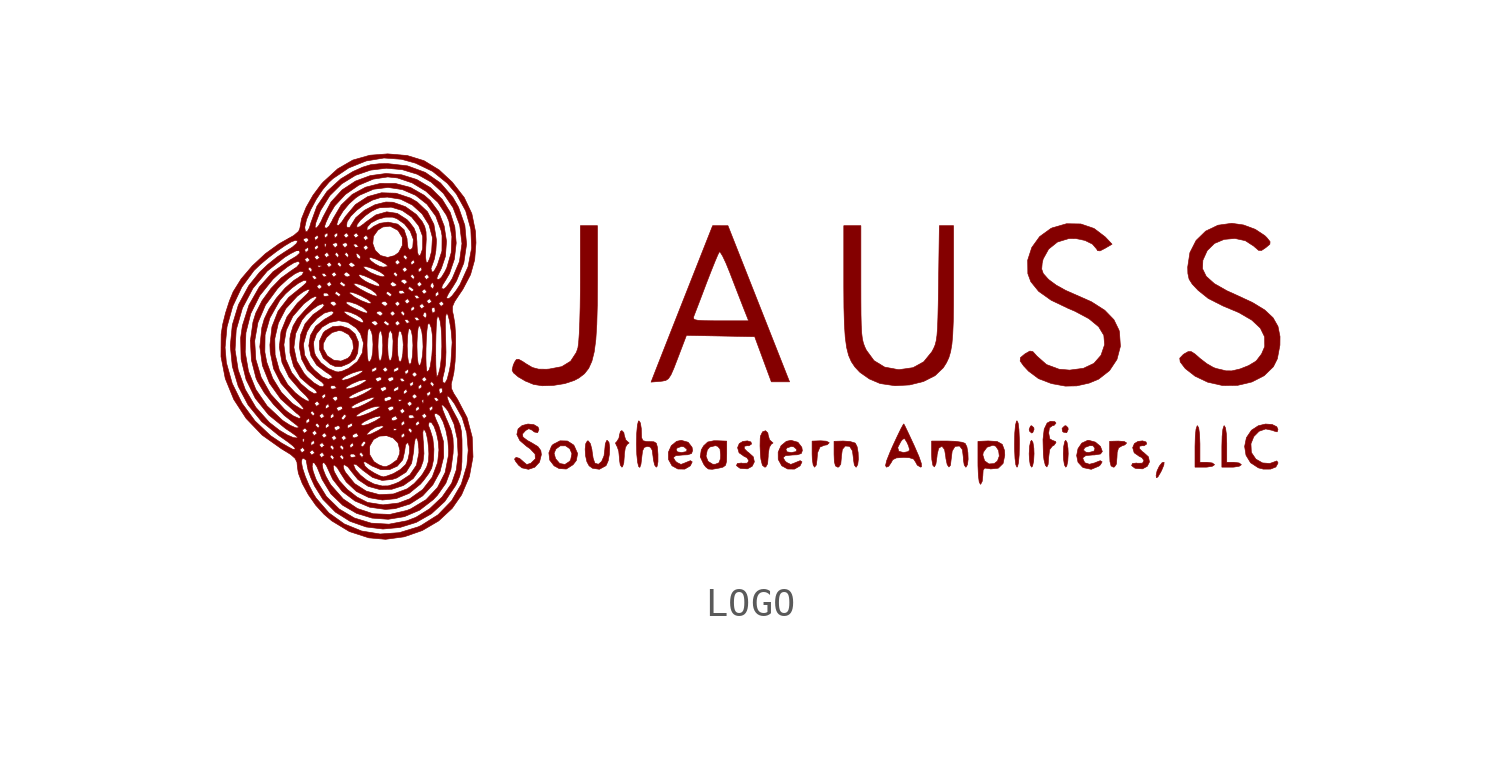
<source format=kicad_sym>
(kicad_symbol_lib
  (version 20241209)
  (generator "kicad_symbol_editor")
  (generator_version "9.0")
  (symbol "LOGO"
    (pin_names
      (offset 1.016))
    (property "Reference" "G"
      (at 0 6.9 0)
      (effects (font (size 1.27 1.27)) (hide yes)))
    (symbol "LOGO_0_0"
      (polyline (pts (xy -15.119 -0.469) (xy -15.096 -0.456) (xy -14.899 -0.308) (xy -14.801 -0.103) (xy -14.774 0.212) (xy -14.781 0.299) (xy -14.891 0.562) (xy -15.105 0.747) (xy -15.379 0.837) (xy -15.669 0.814) (xy -15.933 0.663) (xy -15.996 0.595) (xy -16.126 0.315) (xy -16.124 0.05) (xy -15.996 0.05) (xy -15.995 0.223) (xy -15.883 0.44) (xy -15.689 0.609) (xy -15.459 0.677) (xy -15.341 0.663) (xy -15.114 0.538) (xy -14.974 0.321) (xy -14.945 0.062) (xy -15.05 -0.191) (xy -15.143 -0.285) (xy -15.38 -0.382) (xy -15.633 -0.35) (xy -15.854 -0.202) (xy -15.996 0.05) (xy -16.124 0.05) (xy -16.123 0.008) (xy -15.995 -0.278) (xy -15.748 -0.495) (xy -15.577 -0.569) (xy -15.374 -0.572) (xy -15.119 -0.469)) (stroke (width 0.01) (type default)) (fill (type outline)))
      (polyline (pts (xy -13.185 -6.482) (xy -12.558 -6.264) (xy -11.989 -5.93) (xy -11.52 -5.494) (xy -11.194 -5.025) (xy -10.922 -4.386) (xy -10.798 -3.708) (xy -10.825 -3.019) (xy -11.003 -2.344) (xy -11.334 -1.71) (xy -11.468 -1.502) (xy -11.547 -1.33) (xy -11.553 -1.175) (xy -11.502 -0.972) (xy -11.46 -0.772) (xy -11.418 -0.393) (xy -11.399 0.053) (xy -11.401 0.506) (xy -11.427 0.909) (xy -11.476 1.202) (xy -11.511 1.354) (xy -11.509 1.512) (xy -11.437 1.681) (xy -11.277 1.922) (xy -11.149 2.111) (xy -10.883 2.618) (xy -10.739 3.134) (xy -10.694 3.725) (xy -10.711 4.114) (xy -10.838 4.737) (xy -11.102 5.296) (xy -11.519 5.832) (xy -11.975 6.256) (xy -12.499 6.575) (xy -13.081 6.754) (xy -13.758 6.811) (xy -14.379 6.764) (xy -14.969 6.596) (xy -15.496 6.291) (xy -15.998 5.832) (xy -16.066 5.756) (xy -16.353 5.371) (xy -16.589 4.957) (xy -16.748 4.561) (xy -16.803 4.25) (xy -16.637 4.25) (xy -16.636 4.271) (xy -16.576 4.532) (xy -16.435 4.869) (xy -16.24 5.23) (xy -16.017 5.567) (xy -15.792 5.83) (xy -15.654 5.956) (xy -15.112 6.322) (xy -14.511 6.564) (xy -13.889 6.668) (xy -13.281 6.624) (xy -12.791 6.488) (xy -12.2 6.204) (xy -11.691 5.793) (xy -11.375 5.42) (xy -11.051 4.833) (xy -10.873 4.199) (xy -10.845 3.543) (xy -10.969 2.892) (xy -11.249 2.273) (xy -11.378 2.074) (xy -11.523 1.884) (xy -11.621 1.798) (xy -11.697 1.784) (xy -11.713 1.831) (xy -11.645 1.968) (xy -11.484 2.218) (xy -11.368 2.408) (xy -11.116 3.024) (xy -11.02 3.674) (xy -11.08 4.329) (xy -11.3 4.96) (xy -11.495 5.3) (xy -11.926 5.801) (xy -12.454 6.168) (xy -13.07 6.395) (xy -13.762 6.473) (xy -14.05 6.468) (xy -14.352 6.434) (xy -14.63 6.349) (xy -14.967 6.197) (xy -15.388 5.943) (xy -15.863 5.51) (xy -16.215 4.995) (xy -16.422 4.425) (xy -16.47 4.264) (xy -16.281 4.264) (xy -16.252 4.424) (xy -16.094 4.838) (xy -15.767 5.363) (xy -15.353 5.772) (xy -14.874 6.067) (xy -14.351 6.247) (xy -13.806 6.313) (xy -13.259 6.265) (xy -12.732 6.104) (xy -12.248 5.83) (xy -11.826 5.443) (xy -11.489 4.944) (xy -11.258 4.333) (xy -11.258 4.331) (xy -11.18 3.697) (xy -11.268 3.074) (xy -11.518 2.485) (xy -11.599 2.355) (xy -11.729 2.184) (xy -11.815 2.117) (xy -11.885 2.142) (xy -11.865 2.241) (xy -11.739 2.442) (xy -11.613 2.658) (xy -11.443 3.16) (xy -11.38 3.717) (xy -11.428 4.276) (xy -11.59 4.784) (xy -11.867 5.234) (xy -12.273 5.638) (xy -12.751 5.922) (xy -13.274 6.085) (xy -13.819 6.13) (xy -14.362 6.057) (xy -14.876 5.867) (xy -15.339 5.562) (xy -15.725 5.141) (xy -16.009 4.607) (xy -16.066 4.476) (xy -16.165 4.307) (xy -16.169 4.303) (xy -15.948 4.303) (xy -15.898 4.444) (xy -15.78 4.702) (xy -15.598 5.005) (xy -15.226 5.403) (xy -14.766 5.722) (xy -14.262 5.934) (xy -13.758 6.011) (xy -13.419 5.976) (xy -12.908 5.803) (xy -12.426 5.511) (xy -12.016 5.128) (xy -11.718 4.681) (xy -11.634 4.476) (xy -11.53 3.941) (xy -11.554 3.382) (xy -11.707 2.857) (xy -11.78 2.708) (xy -11.893 2.526) (xy -11.976 2.455) (xy -12.038 2.46) (xy -12.054 2.499) (xy -12.009 2.611) (xy -11.896 2.836) (xy -11.754 3.256) (xy -11.717 3.776) (xy -11.798 4.305) (xy -11.99 4.794) (xy -12.285 5.194) (xy -12.489 5.373) (xy -12.97 5.647) (xy -13.489 5.783) (xy -14.016 5.784) (xy -14.525 5.655) (xy -14.988 5.404) (xy -15.375 5.034) (xy -15.66 4.551) (xy -15.691 4.481) (xy -15.749 4.381) (xy -15.523 4.381) (xy -15.459 4.579) (xy -15.307 4.826) (xy -15.099 5.077) (xy -14.867 5.286) (xy -14.732 5.377) (xy -14.249 5.584) (xy -13.746 5.646) (xy -13.251 5.572) (xy -12.791 5.374) (xy -12.394 5.063) (xy -12.089 4.648) (xy -11.902 4.142) (xy -11.872 3.973) (xy -11.875 3.438) (xy -12.037 2.942) (xy -12.04 2.937) (xy -12.128 2.776) (xy -12.18 2.709) (xy -12.225 2.721) (xy -12.257 2.831) (xy -12.184 3.033) (xy -12.137 3.167) (xy -12.086 3.45) (xy -12.067 3.768) (xy -12.068 3.833) (xy -12.155 4.364) (xy -12.379 4.804) (xy -12.735 5.141) (xy -12.964 5.275) (xy -13.469 5.445) (xy -13.973 5.461) (xy -14.452 5.328) (xy -14.878 5.052) (xy -15.226 4.638) (xy -15.351 4.45) (xy -15.468 4.322) (xy -15.521 4.343) (xy -15.523 4.381) (xy -15.749 4.381) (xy -15.794 4.304) (xy -15.799 4.3) (xy -15.188 4.3) (xy -15.168 4.455) (xy -15.039 4.65) (xy -14.83 4.857) (xy -14.571 5.051) (xy -14.291 5.205) (xy -14.019 5.291) (xy -13.771 5.311) (xy -13.312 5.238) (xy -12.902 5.035) (xy -12.565 4.73) (xy -12.325 4.345) (xy -12.206 3.907) (xy -12.232 3.44) (xy -12.304 3.171) (xy -12.372 3.032) (xy -12.421 3.054) (xy -12.444 3.233) (xy -12.435 3.566) (xy -12.42 3.846) (xy -12.428 4.103) (xy -12.474 4.292) (xy -12.566 4.467) (xy -12.768 4.71) (xy -13.143 4.979) (xy -13.572 5.132) (xy -13.822 5.14) (xy -14.2 5.045) (xy -14.566 4.853) (xy -14.867 4.595) (xy -15.051 4.3) (xy -15.074 4.262) (xy -14.831 4.262) (xy -14.825 4.352) (xy -14.715 4.5) (xy -14.535 4.667) (xy -14.324 4.818) (xy -14.12 4.917) (xy -14.037 4.941) (xy -13.636 4.962) (xy -13.257 4.847) (xy -12.929 4.622) (xy -12.681 4.313) (xy -12.544 3.945) (xy -12.546 3.544) (xy -12.559 3.481) (xy -12.623 3.296) (xy -12.682 3.272) (xy -12.726 3.401) (xy -12.742 3.675) (xy -12.743 3.759) (xy -12.767 4.031) (xy -12.845 4.232) (xy -13.003 4.439) (xy -13.091 4.531) (xy -13.426 4.745) (xy -13.791 4.799) (xy -14.168 4.692) (xy -14.541 4.425) (xy -14.585 4.385) (xy -14.739 4.276) (xy -14.831 4.262) (xy -15.074 4.262) (xy -15.076 4.258) (xy -15.158 4.255) (xy -15.188 4.3) (xy -15.799 4.3) (xy -15.876 4.233) (xy -15.938 4.245) (xy -15.948 4.303) (xy -16.169 4.303) (xy -16.244 4.231) (xy -16.281 4.264) (xy -16.47 4.264) (xy -16.477 4.24) (xy -16.523 4.162) (xy -14.48 4.162) (xy -14.469 4.269) (xy -14.468 4.271) (xy -14.336 4.416) (xy -14.102 4.539) (xy -13.832 4.614) (xy -13.591 4.615) (xy -13.442 4.564) (xy -13.178 4.381) (xy -12.976 4.126) (xy -12.869 3.845) (xy -12.887 3.583) (xy -12.913 3.527) (xy -12.991 3.471) (xy -13.055 3.555) (xy -13.081 3.758) (xy -13.087 3.867) (xy -13.19 4.177) (xy -13.413 4.373) (xy -13.743 4.441) (xy -14.029 4.402) (xy -14.245 4.295) (xy -14.392 4.181) (xy -14.48 4.162) (xy -16.523 4.162) (xy -16.55 4.116) (xy -16.612 4.113) (xy -16.637 4.25) (xy -16.803 4.25) (xy -16.806 4.231) (xy -16.85 4.122) (xy -17.019 3.978) (xy -17.237 3.855) (xy -16.686 3.855) (xy -16.595 3.895) (xy -16.298 3.895) (xy -16.295 3.918) (xy -16.209 3.979) (xy -15.96 3.979) (xy -15.956 4.003) (xy -15.87 4.064) (xy -15.839 4.057) (xy -15.833 3.979) (xy -15.621 3.979) (xy -15.618 4.003) (xy -15.531 4.064) (xy -15.501 4.057) (xy -15.494 3.979) (xy -15.282 3.979) (xy -15.28 4) (xy -15.198 4.064) (xy -15.178 4.062) (xy -15.113 3.979) (xy -14.944 3.979) (xy -14.941 4) (xy -14.859 4.064) (xy -14.839 4.062) (xy -14.774 3.979) (xy -14.777 3.959) (xy -14.859 3.895) (xy -14.605 3.895) (xy -14.603 3.915) (xy -14.52 3.979) (xy -14.5 3.977) (xy -14.436 3.895) (xy -14.438 3.874) (xy -14.52 3.81) (xy -14.541 3.812) (xy -14.605 3.895) (xy -14.859 3.895) (xy -14.879 3.897) (xy -14.944 3.979) (xy -15.113 3.979) (xy -15.116 3.959) (xy -15.198 3.895) (xy -15.218 3.897) (xy -15.282 3.979) (xy -15.494 3.979) (xy -15.511 3.954) (xy -15.584 3.895) (xy -15.592 3.897) (xy -15.621 3.979) (xy -15.833 3.979) (xy -15.85 3.954) (xy -15.922 3.895) (xy -15.931 3.897) (xy -15.96 3.979) (xy -16.209 3.979) (xy -16.178 3.973) (xy -16.171 3.895) (xy -16.189 3.869) (xy -16.261 3.81) (xy -16.27 3.812) (xy -16.298 3.895) (xy -16.595 3.895) (xy -16.53 3.882) (xy -16.51 3.81) (xy -16.527 3.784) (xy -16.595 3.725) (xy -16.607 3.729) (xy -16.679 3.81) (xy -16.686 3.855) (xy -17.237 3.855) (xy -17.333 3.801) (xy -17.535 3.687) (xy -18.006 3.345) (xy -18.458 2.924) (xy -18.846 2.469) (xy -19.122 2.026) (xy -19.254 1.703) (xy -19.385 1.296) (xy -19.485 0.898) (xy -19.539 0.556) (xy -19.543 0.089) (xy -19.403 0.089) (xy -19.336 0.808) (xy -19.138 1.522) (xy -18.822 2.187) (xy -18.401 2.76) (xy -18.397 2.764) (xy -18.183 2.97) (xy -17.91 3.2) (xy -17.614 3.426) (xy -17.333 3.621) (xy -17.103 3.758) (xy -16.963 3.81) (xy -16.889 3.789) (xy -16.915 3.707) (xy -17.068 3.574) (xy -17.231 3.471) (xy -16.637 3.471) (xy -16.634 3.495) (xy -16.547 3.556) (xy -16.298 3.556) (xy -16.295 3.579) (xy -16.209 3.641) (xy -15.96 3.641) (xy -15.954 3.686) (xy -15.903 3.697) (xy -15.894 3.686) (xy -15.67 3.686) (xy -15.579 3.725) (xy -15.514 3.712) (xy -15.507 3.686) (xy -15.332 3.686) (xy -15.24 3.725) (xy -15.175 3.712) (xy -15.171 3.697) (xy -14.277 3.697) (xy -14.253 3.949) (xy -14.098 4.165) (xy -13.928 4.273) (xy -13.677 4.302) (xy -13.418 4.165) (xy -13.391 4.141) (xy -13.253 3.909) (xy -13.248 3.636) (xy -13.38 3.384) (xy -13.528 3.278) (xy -13.634 3.25) (xy -13.221 3.25) (xy -13.171 3.302) (xy -13.146 3.299) (xy -13.081 3.217) (xy -13.082 3.198) (xy -13.118 3.133) (xy -13.132 3.137) (xy -13.208 3.217) (xy -13.221 3.25) (xy -13.634 3.25) (xy -13.758 3.217) (xy -14.008 3.283) (xy -14.19 3.459) (xy -14.277 3.697) (xy -15.171 3.697) (xy -15.157 3.646) (xy -14.944 3.646) (xy -14.937 3.676) (xy -14.859 3.683) (xy -14.834 3.666) (xy -14.774 3.593) (xy -14.777 3.585) (xy -14.859 3.556) (xy -14.605 3.556) (xy -14.603 3.576) (xy -14.52 3.641) (xy -14.5 3.638) (xy -14.436 3.556) (xy -14.438 3.536) (xy -14.52 3.471) (xy -14.541 3.474) (xy -14.605 3.556) (xy -14.859 3.556) (xy -14.882 3.559) (xy -14.944 3.646) (xy -15.157 3.646) (xy -15.155 3.641) (xy -15.173 3.615) (xy -15.24 3.556) (xy -15.252 3.56) (xy -15.325 3.641) (xy -15.332 3.686) (xy -15.507 3.686) (xy -15.494 3.641) (xy -15.511 3.615) (xy -15.579 3.556) (xy -15.591 3.56) (xy -15.663 3.641) (xy -15.67 3.686) (xy -15.894 3.686) (xy -15.893 3.685) (xy -15.903 3.584) (xy -15.929 3.571) (xy -15.96 3.641) (xy -16.209 3.641) (xy -16.178 3.634) (xy -16.171 3.556) (xy -16.189 3.531) (xy -16.261 3.471) (xy -16.27 3.474) (xy -16.298 3.556) (xy -16.547 3.556) (xy -16.517 3.549) (xy -16.51 3.471) (xy -16.527 3.446) (xy -16.6 3.387) (xy -16.608 3.389) (xy -16.637 3.471) (xy -17.231 3.471) (xy -17.336 3.405) (xy -17.591 3.236) (xy -17.918 2.974) (xy -18.209 2.699) (xy -18.582 2.235) (xy -18.939 1.575) (xy -19.152 0.874) (xy -19.222 0.154) (xy -19.208 0.006) (xy -19.057 0.006) (xy -19.017 0.7) (xy -19.016 0.707) (xy -18.8 1.457) (xy -18.437 2.142) (xy -17.943 2.739) (xy -17.336 3.222) (xy -17.134 3.346) (xy -16.936 3.447) (xy -16.835 3.459) (xy -16.806 3.388) (xy -16.816 3.363) (xy -16.927 3.261) (xy -17.124 3.142) (xy -17.141 3.133) (xy -16.637 3.133) (xy -16.635 3.153) (xy -16.552 3.217) (xy -16.298 3.217) (xy -16.296 3.238) (xy -16.214 3.302) (xy -15.96 3.302) (xy -15.957 3.322) (xy -15.875 3.387) (xy -15.855 3.384) (xy -15.816 3.335) (xy -15.592 3.335) (xy -15.541 3.387) (xy -15.517 3.383) (xy -15.478 3.335) (xy -15.253 3.335) (xy -15.203 3.387) (xy -15.178 3.383) (xy -15.138 3.333) (xy -14.859 3.333) (xy -14.844 3.368) (xy -14.759 3.32) (xy -14.714 3.263) (xy -14.703 3.178) (xy -14.405 3.178) (xy -14.368 3.215) (xy -14.34 3.212) (xy -14.183 3.164) (xy -13.991 3.078) (xy -13.937 3.048) (xy -13.504 3.048) (xy -13.502 3.068) (xy -13.42 3.133) (xy -13.399 3.13) (xy -13.335 3.048) (xy -12.954 3.048) (xy -12.937 3.073) (xy -12.864 3.133) (xy -12.856 3.131) (xy -12.827 3.048) (xy -12.831 3.025) (xy -12.917 2.963) (xy -12.947 2.97) (xy -12.954 3.048) (xy -13.335 3.048) (xy -13.338 3.028) (xy -13.42 2.963) (xy -13.44 2.966) (xy -13.504 3.048) (xy -13.937 3.048) (xy -13.827 2.986) (xy -13.758 2.919) (xy -13.786 2.897) (xy -13.918 2.879) (xy -14.048 2.912) (xy -14.202 2.994) (xy -14.335 3.093) (xy -14.405 3.178) (xy -14.703 3.178) (xy -14.703 3.176) (xy -14.734 3.161) (xy -14.817 3.209) (xy -14.859 3.333) (xy -15.138 3.333) (xy -15.113 3.302) (xy -15.114 3.283) (xy -15.15 3.217) (xy -15.164 3.221) (xy -15.24 3.302) (xy -15.253 3.335) (xy -15.478 3.335) (xy -15.452 3.302) (xy -15.453 3.283) (xy -15.489 3.217) (xy -15.503 3.221) (xy -15.579 3.302) (xy -15.592 3.335) (xy -15.816 3.335) (xy -15.79 3.302) (xy -15.793 3.282) (xy -15.875 3.217) (xy -15.895 3.22) (xy -15.96 3.302) (xy -16.214 3.302) (xy -16.194 3.3) (xy -16.129 3.217) (xy -16.131 3.197) (xy -16.214 3.133) (xy -16.234 3.135) (xy -16.298 3.217) (xy -16.552 3.217) (xy -16.532 3.215) (xy -16.468 3.133) (xy -16.47 3.112) (xy -16.552 3.048) (xy -16.573 3.05) (xy -16.637 3.133) (xy -17.141 3.133) (xy -17.167 3.119) (xy -17.743 2.717) (xy -18.217 2.19) (xy -18.575 1.56) (xy -18.802 0.846) (xy -18.864 0.422) (xy -18.853 -0.071) (xy -18.705 -0.071) (xy -18.68 0.602) (xy -18.513 1.264) (xy -18.201 1.89) (xy -17.744 2.458) (xy -17.497 2.687) (xy -17.234 2.895) (xy -17.014 3.031) (xy -16.863 3.081) (xy -16.806 3.027) (xy -16.814 3) (xy -16.846 2.963) (xy -15.875 2.963) (xy -15.873 2.984) (xy -15.79 3.048) (xy -15.77 3.046) (xy -15.731 2.996) (xy -15.507 2.996) (xy -15.457 3.048) (xy -15.432 3.045) (xy -15.367 2.963) (xy -15.113 2.963) (xy -15.111 2.983) (xy -15.033 3.048) (xy -15.01 3.045) (xy -14.901 2.963) (xy -14.893 2.92) (xy -14.956 2.89) (xy -14.605 2.89) (xy -14.559 2.908) (xy -14.41 2.874) (xy -14.212 2.801) (xy -14.197 2.794) (xy -13.25 2.794) (xy -13.248 2.814) (xy -13.166 2.879) (xy -13.146 2.876) (xy -13.081 2.794) (xy -12.7 2.794) (xy -12.683 2.819) (xy -12.61 2.879) (xy -12.602 2.877) (xy -12.573 2.794) (xy -12.576 2.771) (xy -12.663 2.709) (xy -12.693 2.716) (xy -12.7 2.794) (xy -13.081 2.794) (xy -13.084 2.774) (xy -13.166 2.709) (xy -13.186 2.712) (xy -13.25 2.794) (xy -14.197 2.794) (xy -14.02 2.71) (xy -13.944 2.658) (xy -13.56 2.658) (xy -13.509 2.709) (xy -13.485 2.706) (xy -13.42 2.625) (xy -13.421 2.606) (xy -13.439 2.573) (xy -12.967 2.573) (xy -12.917 2.625) (xy -12.892 2.621) (xy -12.827 2.54) (xy -12.488 2.54) (xy -12.486 2.56) (xy -12.404 2.625) (xy -12.383 2.622) (xy -12.319 2.54) (xy -12.322 2.52) (xy -12.404 2.455) (xy -12.424 2.458) (xy -12.488 2.54) (xy -12.827 2.54) (xy -12.828 2.521) (xy -12.864 2.455) (xy -12.878 2.459) (xy -12.954 2.54) (xy -12.967 2.573) (xy -13.439 2.573) (xy -13.457 2.54) (xy -13.471 2.544) (xy -13.547 2.625) (xy -13.56 2.658) (xy -13.944 2.658) (xy -13.89 2.62) (xy -13.858 2.559) (xy -13.937 2.544) (xy -14.106 2.586) (xy -14.33 2.679) (xy -14.368 2.699) (xy -14.537 2.807) (xy -14.605 2.89) (xy -14.956 2.89) (xy -14.981 2.879) (xy -15.044 2.889) (xy -15.113 2.963) (xy -15.367 2.963) (xy -15.368 2.944) (xy -15.404 2.879) (xy -15.418 2.883) (xy -15.494 2.963) (xy -15.507 2.996) (xy -15.731 2.996) (xy -15.706 2.963) (xy -15.708 2.943) (xy -15.79 2.879) (xy -15.811 2.881) (xy -15.875 2.963) (xy -16.846 2.963) (xy -16.871 2.935) (xy -16.186 2.935) (xy -16.173 2.945) (xy -16.073 2.935) (xy -16.059 2.91) (xy -16.129 2.879) (xy -16.174 2.885) (xy -16.186 2.935) (xy -16.871 2.935) (xy -16.919 2.881) (xy -17.001 2.827) (xy -16.523 2.827) (xy -16.473 2.879) (xy -16.448 2.875) (xy -16.383 2.794) (xy -16.384 2.775) (xy -16.42 2.709) (xy -16.434 2.713) (xy -16.51 2.794) (xy -16.523 2.827) (xy -17.001 2.827) (xy -17.111 2.753) (xy -17.458 2.503) (xy -17.811 2.138) (xy -18.119 1.715) (xy -18.337 1.287) (xy -18.436 0.968) (xy -18.525 0.32) (xy -18.375 0.32) (xy -18.263 0.956) (xy -18 1.567) (xy -17.584 2.131) (xy -17.483 2.236) (xy -17.215 2.48) (xy -16.973 2.653) (xy -16.786 2.738) (xy -16.683 2.714) (xy -16.679 2.707) (xy -16.716 2.63) (xy -16.044 2.63) (xy -16.038 2.66) (xy -15.96 2.667) (xy -15.934 2.65) (xy -15.914 2.625) (xy -15.706 2.625) (xy -15.703 2.645) (xy -15.621 2.709) (xy -15.601 2.707) (xy -15.536 2.625) (xy -15.282 2.625) (xy -15.28 2.645) (xy -15.203 2.709) (xy -15.179 2.706) (xy -15.071 2.625) (xy -15.064 2.588) (xy -14.768 2.588) (xy -14.734 2.625) (xy -14.724 2.624) (xy -14.57 2.579) (xy -14.36 2.486) (xy -14.23 2.414) (xy -13.301 2.414) (xy -13.213 2.455) (xy -13.15 2.445) (xy -13.081 2.371) (xy -13.083 2.351) (xy -13.161 2.286) (xy -12.742 2.286) (xy -12.74 2.306) (xy -12.658 2.371) (xy -12.637 2.368) (xy -12.573 2.286) (xy -12.575 2.266) (xy -12.626 2.226) (xy -12.285 2.226) (xy -12.236 2.328) (xy -12.191 2.336) (xy -12.15 2.249) (xy -12.151 2.206) (xy -12.191 2.12) (xy -12.273 2.196) (xy -12.285 2.226) (xy -12.626 2.226) (xy -12.658 2.201) (xy -12.678 2.204) (xy -12.742 2.286) (xy -13.161 2.286) (xy -13.184 2.289) (xy -13.293 2.371) (xy -13.301 2.414) (xy -14.23 2.414) (xy -14.166 2.379) (xy -14.06 2.295) (xy -14.055 2.286) (xy -13.674 2.286) (xy -13.671 2.306) (xy -13.594 2.371) (xy -13.57 2.368) (xy -13.462 2.286) (xy -13.454 2.242) (xy -13.542 2.201) (xy -13.605 2.212) (xy -13.674 2.286) (xy -14.055 2.286) (xy -14.054 2.284) (xy -14.046 2.215) (xy -14.159 2.227) (xy -14.404 2.323) (xy -14.541 2.393) (xy -14.691 2.5) (xy -14.768 2.588) (xy -15.064 2.588) (xy -15.063 2.581) (xy -15.15 2.54) (xy -15.213 2.55) (xy -15.282 2.625) (xy -15.536 2.625) (xy -15.539 2.604) (xy -15.621 2.54) (xy -15.641 2.542) (xy -15.706 2.625) (xy -15.914 2.625) (xy -15.875 2.577) (xy -15.877 2.569) (xy -15.96 2.54) (xy -15.983 2.543) (xy -16.044 2.63) (xy -16.716 2.63) (xy -16.724 2.613) (xy -16.82 2.545) (xy -16.383 2.545) (xy -16.376 2.576) (xy -16.298 2.582) (xy -16.273 2.565) (xy -16.214 2.493) (xy -16.216 2.484) (xy -16.298 2.455) (xy -16.322 2.459) (xy -16.383 2.545) (xy -16.82 2.545) (xy -16.877 2.505) (xy -17.012 2.421) (xy -17.318 2.154) (xy -17.62 1.806) (xy -17.876 1.43) (xy -18.044 1.077) (xy -18.127 0.783) (xy -18.198 0.114) (xy -18.172 -0.07) (xy -18.023 -0.07) (xy -18.015 0.528) (xy -17.848 1.115) (xy -17.515 1.708) (xy -17.49 1.743) (xy -17.305 1.954) (xy -17.082 2.156) (xy -16.861 2.319) (xy -16.678 2.416) (xy -16.572 2.416) (xy -16.571 2.416) (xy -16.59 2.329) (xy -16.718 2.213) (xy -16.733 2.201) (xy -16.214 2.201) (xy -16.211 2.222) (xy -16.129 2.286) (xy -15.875 2.286) (xy -15.873 2.306) (xy -15.79 2.371) (xy -15.77 2.368) (xy -15.731 2.318) (xy -15.423 2.318) (xy -15.377 2.371) (xy -15.352 2.368) (xy -15.255 2.296) (xy -14.944 2.296) (xy -14.888 2.318) (xy -14.733 2.279) (xy -14.53 2.197) (xy -14.439 2.149) (xy -13.052 2.149) (xy -13.006 2.201) (xy -12.982 2.198) (xy -12.869 2.117) (xy -12.856 2.084) (xy -12.902 2.032) (xy -12.573 2.032) (xy -12.571 2.052) (xy -12.488 2.117) (xy -12.468 2.114) (xy -12.404 2.032) (xy -12.406 2.012) (xy -12.488 1.947) (xy -12.107 1.947) (xy -12.09 1.973) (xy -12.018 2.032) (xy -12.009 2.03) (xy -11.98 1.947) (xy -11.984 1.924) (xy -12.07 1.863) (xy -12.101 1.869) (xy -12.107 1.947) (xy -12.488 1.947) (xy -12.509 1.95) (xy -12.573 2.032) (xy -12.902 2.032) (xy -12.927 2.035) (xy -13.039 2.117) (xy -13.052 2.149) (xy -14.439 2.149) (xy -14.33 2.092) (xy -14.25 2.033) (xy -13.377 2.033) (xy -13.339 2.066) (xy -13.228 2.064) (xy -13.166 1.985) (xy -13.182 1.967) (xy -13.298 1.947) (xy -13.358 1.96) (xy -13.377 2.033) (xy -14.25 2.033) (xy -14.185 1.986) (xy -14.18 1.98) (xy -13.814 1.98) (xy -13.768 2.032) (xy -13.744 2.029) (xy -13.631 1.947) (xy -13.618 1.915) (xy -13.659 1.868) (xy -12.827 1.868) (xy -12.82 1.898) (xy -12.742 1.905) (xy -12.717 1.888) (xy -12.658 1.815) (xy -12.66 1.807) (xy -12.742 1.778) (xy -12.766 1.782) (xy -12.827 1.868) (xy -13.659 1.868) (xy -13.664 1.863) (xy -13.689 1.866) (xy -13.801 1.947) (xy -13.814 1.98) (xy -14.18 1.98) (xy -14.126 1.911) (xy -14.142 1.867) (xy -14.282 1.906) (xy -14.489 1.998) (xy -14.705 2.114) (xy -14.875 2.223) (xy -14.944 2.296) (xy -15.255 2.296) (xy -15.24 2.286) (xy -15.226 2.253) (xy -15.272 2.201) (xy -15.297 2.204) (xy -15.409 2.286) (xy -15.423 2.318) (xy -15.731 2.318) (xy -15.706 2.286) (xy -15.708 2.266) (xy -15.79 2.201) (xy -15.811 2.204) (xy -15.875 2.286) (xy -16.129 2.286) (xy -16.109 2.284) (xy -16.044 2.201) (xy -16.047 2.181) (xy -16.129 2.117) (xy -16.149 2.119) (xy -16.214 2.201) (xy -16.733 2.201) (xy -17.198 1.825) (xy -17.563 1.351) (xy -17.777 0.807) (xy -17.823 0.397) (xy -17.678 0.397) (xy -17.553 0.941) (xy -17.292 1.443) (xy -16.896 1.872) (xy -16.683 2.03) (xy -16.521 2.11) (xy -16.466 2.089) (xy -16.532 1.975) (xy -16.56 1.949) (xy -16.001 1.949) (xy -15.964 1.981) (xy -15.908 1.98) (xy -15.592 1.98) (xy -15.546 2.032) (xy -15.522 2.029) (xy -15.485 2.002) (xy -15.094 2.002) (xy -15.033 2.013) (xy -14.883 1.969) (xy -14.685 1.884) (xy -14.478 1.77) (xy -14.432 1.74) (xy -14.334 1.652) (xy -13.978 1.652) (xy -13.89 1.693) (xy -13.827 1.683) (xy -13.758 1.609) (xy -13.504 1.609) (xy -13.502 1.629) (xy -13.42 1.693) (xy -13.166 1.693) (xy -13.163 1.714) (xy -13.081 1.778) (xy -13.061 1.776) (xy -12.996 1.693) (xy -12.404 1.693) (xy -12.401 1.714) (xy -12.319 1.778) (xy -12.299 1.776) (xy -12.234 1.693) (xy -12.237 1.673) (xy -12.319 1.609) (xy -11.98 1.609) (xy -11.978 1.629) (xy -11.896 1.693) (xy -11.876 1.691) (xy -11.811 1.609) (xy -11.813 1.588) (xy -11.896 1.524) (xy -11.916 1.526) (xy -11.98 1.609) (xy -12.319 1.609) (xy -12.339 1.611) (xy -12.404 1.693) (xy -12.996 1.693) (xy -12.999 1.673) (xy -13.081 1.609) (xy -13.101 1.611) (xy -13.166 1.693) (xy -13.42 1.693) (xy -13.399 1.691) (xy -13.335 1.609) (xy -13.338 1.588) (xy -13.42 1.524) (xy -13.44 1.526) (xy -13.504 1.609) (xy -13.758 1.609) (xy -13.761 1.589) (xy -13.838 1.524) (xy -13.862 1.527) (xy -13.97 1.609) (xy -13.978 1.652) (xy -14.334 1.652) (xy -14.329 1.648) (xy -14.351 1.611) (xy -14.453 1.629) (xy -14.675 1.716) (xy -14.906 1.839) (xy -15.071 1.962) (xy -15.094 2.002) (xy -15.485 2.002) (xy -15.409 1.947) (xy -15.396 1.915) (xy -15.442 1.863) (xy -15.467 1.866) (xy -15.579 1.947) (xy -15.592 1.98) (xy -15.908 1.98) (xy -15.852 1.979) (xy -15.79 1.9) (xy -15.806 1.882) (xy -15.922 1.863) (xy -15.983 1.875) (xy -16.001 1.949) (xy -16.56 1.949) (xy -16.735 1.777) (xy -16.895 1.628) (xy -17.253 1.157) (xy -17.462 0.64) (xy -17.511 0.188) (xy -17.362 0.188) (xy -17.279 0.693) (xy -17.052 1.171) (xy -16.681 1.595) (xy -16.636 1.634) (xy -16.419 1.797) (xy -16.27 1.868) (xy -16.214 1.832) (xy -16.214 1.832) (xy -16.273 1.757) (xy -16.371 1.652) (xy -15.756 1.652) (xy -15.668 1.693) (xy -15.605 1.683) (xy -15.556 1.629) (xy -15.21 1.629) (xy -15.182 1.676) (xy -15.061 1.668) (xy -14.836 1.593) (xy -14.616 1.477) (xy -14.573 1.439) (xy -12.954 1.439) (xy -12.937 1.465) (xy -12.864 1.524) (xy -12.658 1.524) (xy -12.655 1.544) (xy -12.573 1.609) (xy -12.553 1.606) (xy -12.488 1.524) (xy -12.491 1.504) (xy -12.573 1.439) (xy -12.593 1.442) (xy -12.658 1.524) (xy -12.864 1.524) (xy -12.856 1.522) (xy -12.827 1.439) (xy -12.831 1.416) (xy -12.85 1.402) (xy -12.234 1.402) (xy -12.222 1.462) (xy -12.148 1.481) (xy -12.122 1.458) (xy -12.111 1.349) (xy -12.133 1.316) (xy -12.207 1.28) (xy -12.234 1.402) (xy -12.85 1.402) (xy -12.917 1.355) (xy -12.947 1.361) (xy -12.954 1.439) (xy -14.573 1.439) (xy -14.479 1.355) (xy -14.459 1.314) (xy -14.147 1.314) (xy -14.06 1.355) (xy -13.997 1.344) (xy -13.928 1.27) (xy -13.674 1.27) (xy -13.671 1.29) (xy -13.589 1.355) (xy -13.569 1.352) (xy -13.53 1.303) (xy -13.306 1.303) (xy -13.255 1.355) (xy -13.231 1.351) (xy -13.166 1.27) (xy -13.167 1.251) (xy -13.189 1.21) (xy -12.539 1.21) (xy -12.49 1.312) (xy -12.445 1.32) (xy -12.404 1.233) (xy -12.405 1.19) (xy -12.445 1.104) (xy -12.527 1.179) (xy -12.539 1.21) (xy -13.189 1.21) (xy -13.203 1.185) (xy -13.217 1.189) (xy -13.293 1.27) (xy -13.306 1.303) (xy -13.53 1.303) (xy -13.504 1.27) (xy -13.507 1.25) (xy -13.589 1.185) (xy -13.609 1.188) (xy -13.674 1.27) (xy -13.928 1.27) (xy -13.93 1.25) (xy -14.007 1.185) (xy -14.031 1.189) (xy -14.139 1.27) (xy -14.147 1.314) (xy -14.459 1.314) (xy -14.457 1.308) (xy -14.498 1.28) (xy -14.655 1.331) (xy -14.944 1.463) (xy -15.083 1.536) (xy -15.21 1.629) (xy -15.556 1.629) (xy -15.536 1.609) (xy -15.539 1.589) (xy -15.616 1.524) (xy -15.64 1.527) (xy -15.748 1.609) (xy -15.756 1.652) (xy -16.371 1.652) (xy -16.421 1.598) (xy -16.626 1.388) (xy -16.637 1.377) (xy -16.89 1.094) (xy -17.041 0.839) (xy -17.13 0.547) (xy -17.154 0.401) (xy -17.152 0.091) (xy -17.015 0.091) (xy -16.954 0.574) (xy -16.732 1.046) (xy -16.588 1.219) (xy -16.381 1.406) (xy -16.175 1.55) (xy -16.023 1.608) (xy -16.006 1.607) (xy -15.957 1.56) (xy -16.03 1.458) (xy -16.207 1.329) (xy -16.35 1.231) (xy -16.626 0.912) (xy -16.785 0.524) (xy -16.815 0.21) (xy -16.682 0.21) (xy -16.562 0.633) (xy -16.439 0.846) (xy -16.212 1.1) (xy -15.959 1.284) (xy -15.727 1.354) (xy -15.688 1.352) (xy -15.637 1.316) (xy -15.281 1.316) (xy -15.257 1.351) (xy -15.243 1.351) (xy -15.058 1.31) (xy -14.848 1.22) (xy -14.676 1.11) (xy -14.673 1.106) (xy -12.827 1.106) (xy -12.82 1.136) (xy -12.742 1.143) (xy -12.717 1.126) (xy -12.658 1.053) (xy -12.66 1.045) (xy -12.742 1.016) (xy -12.766 1.02) (xy -12.827 1.106) (xy -14.673 1.106) (xy -14.61 1.021) (xy -13.166 1.021) (xy -13.159 1.052) (xy -13.081 1.058) (xy -13.056 1.041) (xy -12.996 0.969) (xy -12.999 0.96) (xy -13.081 0.931) (xy -13.104 0.935) (xy -13.166 1.021) (xy -14.61 1.021) (xy -14.605 1.014) (xy -14.605 0.99) (xy -14.608 0.975) (xy -14.317 0.975) (xy -14.229 1.016) (xy -14.166 1.006) (xy -14.127 0.964) (xy -13.899 0.964) (xy -13.853 1.016) (xy -13.828 1.013) (xy -13.716 0.931) (xy -13.504 0.931) (xy -13.502 0.952) (xy -13.42 1.016) (xy -13.399 1.014) (xy -13.335 0.931) (xy -13.338 0.911) (xy -13.42 0.847) (xy -13.44 0.849) (xy -13.504 0.931) (xy -13.716 0.931) (xy -13.703 0.899) (xy -13.748 0.847) (xy -13.773 0.85) (xy -13.885 0.931) (xy -13.899 0.964) (xy -14.127 0.964) (xy -14.097 0.931) (xy -14.099 0.911) (xy -14.177 0.847) (xy -14.2 0.85) (xy -14.309 0.931) (xy -14.317 0.975) (xy -14.608 0.975) (xy -14.613 0.949) (xy -14.662 0.954) (xy -14.788 1.015) (xy -15.028 1.143) (xy -15.172 1.226) (xy -15.281 1.316) (xy -15.637 1.316) (xy -15.624 1.306) (xy -15.697 1.216) (xy -15.893 1.101) (xy -15.948 1.073) (xy -16.259 0.824) (xy -16.442 0.504) (xy -16.479 0.267) (xy -16.334 0.267) (xy -16.232 0.561) (xy -16.033 0.799) (xy -15.765 0.959) (xy -15.46 1.021) (xy -15.145 0.964) (xy -14.853 0.768) (xy -14.704 0.574) (xy -14.599 0.243) (xy -14.607 0.169) (xy -14.478 0.169) (xy -14.469 0.506) (xy -14.439 0.713) (xy -14.388 0.754) (xy -14.318 0.628) (xy -14.285 0.476) (xy -14.268 0.201) (xy -14.271 0.122) (xy -14.097 0.122) (xy -14.087 0.393) (xy -14.057 0.6) (xy -14.012 0.677) (xy -13.975 0.625) (xy -13.941 0.443) (xy -13.928 0.174) (xy -13.93 0.11) (xy -13.758 0.11) (xy -13.748 0.392) (xy -13.718 0.599) (xy -13.674 0.677) (xy -13.657 0.674) (xy -13.597 0.563) (xy -13.572 0.316) (xy -13.578 0.127) (xy -13.42 0.127) (xy -13.41 0.398) (xy -13.383 0.6) (xy -13.345 0.677) (xy -13.287 0.624) (xy -13.238 0.444) (xy -13.218 0.18) (xy -13.221 0.127) (xy -13.081 0.127) (xy -13.081 0.186) (xy -13.068 0.479) (xy -13.042 0.684) (xy -13.006 0.762) (xy -12.999 0.761) (xy -12.938 0.67) (xy -12.897 0.457) (xy -12.882 0.166) (xy -12.884 0.122) (xy -12.742 0.122) (xy -12.741 0.259) (xy -12.727 0.56) (xy -12.702 0.768) (xy -12.669 0.847) (xy -12.628 0.813) (xy -12.576 0.653) (xy -12.542 0.403) (xy -12.531 0.112) (xy -12.55 -0.171) (xy -12.563 -0.258) (xy -12.566 -0.273) (xy -12.431 -0.273) (xy -12.429 0.045) (xy -12.418 0.368) (xy -12.4 0.653) (xy -12.375 0.856) (xy -12.345 0.935) (xy -12.3 0.912) (xy -12.24 0.761) (xy -12.206 0.501) (xy -12.201 0.167) (xy -12.225 -0.184) (xy -12.091 -0.184) (xy -12.09 0.176) (xy -12.083 0.53) (xy -12.072 0.838) (xy -12.055 1.062) (xy -12.034 1.16) (xy -11.987 1.152) (xy -11.94 1.016) (xy -11.905 0.775) (xy -11.884 0.465) (xy -11.879 0.121) (xy -11.892 -0.222) (xy -11.926 -0.529) (xy -11.951 -0.664) (xy -12.003 -0.856) (xy -12.049 -0.931) (xy -12.059 -0.913) (xy -12.076 -0.768) (xy -12.087 -0.512) (xy -12.091 -0.184) (xy -12.225 -0.184) (xy -12.226 -0.203) (xy -12.283 -0.572) (xy -12.321 -0.691) (xy -12.384 -0.762) (xy -12.406 -0.717) (xy -12.424 -0.541) (xy -12.431 -0.273) (xy -12.566 -0.273) (xy -12.612 -0.481) (xy -12.661 -0.546) (xy -12.702 -0.462) (xy -12.732 -0.236) (xy -12.742 0.122) (xy -12.884 0.122) (xy -12.896 -0.16) (xy -12.906 -0.25) (xy -12.947 -0.453) (xy -12.994 -0.505) (xy -13.037 -0.417) (xy -13.069 -0.202) (xy -13.081 0.127) (xy -13.221 0.127) (xy -13.233 -0.118) (xy -13.272 -0.332) (xy -13.322 -0.42) (xy -13.37 -0.364) (xy -13.406 -0.177) (xy -13.42 0.127) (xy -13.578 0.127) (xy -13.583 -0.042) (xy -13.61 -0.252) (xy -13.656 -0.373) (xy -13.705 -0.346) (xy -13.743 -0.181) (xy -13.758 0.11) (xy -13.93 0.11) (xy -13.936 -0.052) (xy -13.967 -0.274) (xy -14.012 -0.381) (xy -14.052 -0.357) (xy -14.085 -0.187) (xy -14.097 0.122) (xy -14.271 0.122) (xy -14.279 -0.084) (xy -14.318 -0.289) (xy -14.384 -0.412) (xy -14.436 -0.383) (xy -14.467 -0.189) (xy -14.478 0.169) (xy -14.607 0.169) (xy -14.637 -0.094) (xy -14.811 -0.399) (xy -15.114 -0.635) (xy -15.117 -0.637) (xy -15.211 -0.677) (xy -14.309 -0.677) (xy -14.291 -0.654) (xy -14.172 -0.593) (xy -14.143 -0.599) (xy -14.139 -0.677) (xy -13.928 -0.677) (xy -13.925 -0.657) (xy -13.843 -0.593) (xy -13.823 -0.595) (xy -13.758 -0.677) (xy -13.547 -0.677) (xy -13.529 -0.654) (xy -13.41 -0.593) (xy -13.381 -0.599) (xy -13.377 -0.677) (xy -13.395 -0.7) (xy -13.514 -0.762) (xy -13.166 -0.762) (xy -13.162 -0.739) (xy -13.076 -0.677) (xy -13.046 -0.684) (xy -13.039 -0.762) (xy -13.056 -0.787) (xy -13.128 -0.847) (xy -12.912 -0.847) (xy -12.909 -0.826) (xy -12.827 -0.762) (xy -12.807 -0.764) (xy -12.742 -0.847) (xy -12.745 -0.867) (xy -12.827 -0.931) (xy -12.847 -0.929) (xy -12.912 -0.847) (xy -13.128 -0.847) (xy -13.137 -0.844) (xy -13.166 -0.762) (xy -13.514 -0.762) (xy -13.543 -0.755) (xy -13.547 -0.677) (xy -13.758 -0.677) (xy -13.761 -0.698) (xy -13.843 -0.762) (xy -13.863 -0.759) (xy -13.928 -0.677) (xy -14.139 -0.677) (xy -14.157 -0.7) (xy -14.276 -0.762) (xy -14.305 -0.755) (xy -14.309 -0.677) (xy -15.211 -0.677) (xy -15.32 -0.725) (xy -15.469 -0.76) (xy -15.55 -0.751) (xy -15.82 -0.639) (xy -16.078 -0.44) (xy -16.256 -0.201) (xy -16.308 -0.064) (xy -16.334 0.267) (xy -16.479 0.267) (xy -16.497 0.15) (xy -16.423 -0.204) (xy -16.222 -0.523) (xy -15.893 -0.771) (xy -15.853 -0.793) (xy -15.71 -0.893) (xy -15.68 -0.962) (xy -15.818 -1.015) (xy -16.024 -0.931) (xy -16.296 -0.699) (xy -16.44 -0.538) (xy -16.643 -0.174) (xy -16.682 0.21) (xy -16.815 0.21) (xy -16.825 0.104) (xy -16.747 -0.311) (xy -16.55 -0.683) (xy -16.234 -0.974) (xy -16.191 -1.002) (xy -16.163 -1.023) (xy -15.367 -1.023) (xy -15.353 -0.997) (xy -15.229 -0.909) (xy -15.018 -0.81) (xy -14.974 -0.793) (xy -14.759 -0.725) (xy -14.636 -0.712) (xy -14.629 -0.751) (xy -14.761 -0.84) (xy -14.877 -0.898) (xy -15.123 -1.003) (xy -15.174 -1.016) (xy -14.182 -1.016) (xy -14.166 -0.976) (xy -14.05 -0.931) (xy -13.989 -0.944) (xy -13.97 -1.016) (xy -13.758 -1.016) (xy -13.742 -0.976) (xy -13.626 -0.931) (xy -13.566 -0.944) (xy -13.548 -1.011) (xy -13.335 -1.011) (xy -13.328 -0.98) (xy -13.25 -0.974) (xy -13.225 -0.991) (xy -13.205 -1.016) (xy -12.573 -1.016) (xy -12.571 -0.996) (xy -12.488 -0.931) (xy -12.468 -0.934) (xy -12.439 -0.971) (xy -11.849 -0.971) (xy -11.799 -0.762) (xy -11.791 -0.739) (xy -11.75 -0.475) (xy -11.735 -0.073) (xy -11.747 0.44) (xy -11.749 0.484) (xy -11.759 0.898) (xy -11.747 1.165) (xy -11.717 1.28) (xy -11.672 1.238) (xy -11.617 1.036) (xy -11.555 0.668) (xy -11.522 0.266) (xy -11.564 -0.417) (xy -11.618 -0.718) (xy -11.694 -1.013) (xy -11.769 -1.149) (xy -11.841 -1.121) (xy -11.844 -1.114) (xy -11.849 -0.971) (xy -12.439 -0.971) (xy -12.404 -1.016) (xy -12.406 -1.036) (xy -12.488 -1.101) (xy -12.509 -1.098) (xy -12.573 -1.016) (xy -13.205 -1.016) (xy -13.166 -1.063) (xy -13.168 -1.072) (xy -13.25 -1.101) (xy -13.274 -1.097) (xy -13.335 -1.011) (xy -13.548 -1.011) (xy -13.547 -1.016) (xy -13.564 -1.039) (xy -13.679 -1.101) (xy -13.698 -1.098) (xy -13.758 -1.016) (xy -13.97 -1.016) (xy -13.987 -1.039) (xy -14.102 -1.101) (xy -14.121 -1.098) (xy -14.182 -1.016) (xy -15.174 -1.016) (xy -15.3 -1.048) (xy -15.367 -1.023) (xy -16.163 -1.023) (xy -16.03 -1.124) (xy -15.963 -1.206) (xy -15.996 -1.269) (xy -15.747 -1.269) (xy -15.71 -1.236) (xy -15.598 -1.238) (xy -15.536 -1.317) (xy -15.552 -1.335) (xy -15.576 -1.339) (xy -15.219 -1.339) (xy -15.198 -1.289) (xy -15.028 -1.185) (xy -14.982 -1.161) (xy -14.746 -1.063) (xy -14.563 -1.023) (xy -14.499 -1.032) (xy -14.521 -1.081) (xy -14.69 -1.185) (xy -12.996 -1.185) (xy -12.993 -1.162) (xy -12.907 -1.101) (xy -12.876 -1.107) (xy -12.872 -1.153) (xy -12.29 -1.153) (xy -12.239 -1.101) (xy -12.215 -1.104) (xy -12.15 -1.185) (xy -12.151 -1.204) (xy -12.187 -1.27) (xy -12.201 -1.266) (xy -12.277 -1.185) (xy -12.29 -1.153) (xy -12.872 -1.153) (xy -12.869 -1.185) (xy -12.887 -1.211) (xy -12.959 -1.27) (xy -12.7 -1.27) (xy -12.683 -1.245) (xy -12.61 -1.185) (xy -12.602 -1.188) (xy -12.573 -1.27) (xy -12.576 -1.293) (xy -12.663 -1.355) (xy -12.693 -1.348) (xy -12.7 -1.27) (xy -12.959 -1.27) (xy -12.967 -1.268) (xy -12.996 -1.185) (xy -14.69 -1.185) (xy -14.737 -1.21) (xy -14.972 -1.308) (xy -15.155 -1.348) (xy -15.219 -1.339) (xy -15.576 -1.339) (xy -15.668 -1.355) (xy -15.729 -1.342) (xy -15.747 -1.269) (xy -15.996 -1.269) (xy -15.999 -1.274) (xy -16.126 -1.252) (xy -16.317 -1.138) (xy -16.539 -0.945) (xy -16.657 -0.815) (xy -16.915 -0.381) (xy -17.015 0.091) (xy -17.152 0.091) (xy -17.151 -0.095) (xy -17.024 -0.561) (xy -16.79 -0.958) (xy -16.462 -1.245) (xy -16.439 -1.258) (xy -16.279 -1.374) (xy -16.214 -1.458) (xy -16.219 -1.494) (xy -16.304 -1.517) (xy -16.488 -1.41) (xy -16.767 -1.174) (xy -17.089 -0.788) (xy -17.299 -0.314) (xy -17.362 0.188) (xy -17.511 0.188) (xy -17.52 0.102) (xy -17.427 -0.433) (xy -17.183 -0.941) (xy -16.788 -1.398) (xy -16.586 -1.593) (xy -16.574 -1.609) (xy -16.044 -1.609) (xy -16.041 -1.585) (xy -15.955 -1.524) (xy -15.924 -1.531) (xy -15.917 -1.609) (xy -15.935 -1.634) (xy -15.953 -1.649) (xy -15.67 -1.649) (xy -15.579 -1.609) (xy -15.514 -1.622) (xy -15.507 -1.646) (xy -15.113 -1.646) (xy -15.103 -1.629) (xy -14.988 -1.553) (xy -14.792 -1.458) (xy -14.572 -1.367) (xy -14.387 -1.306) (xy -14.293 -1.299) (xy -14.297 -1.322) (xy -14.337 -1.355) (xy -14.012 -1.355) (xy -13.996 -1.314) (xy -13.88 -1.27) (xy -13.82 -1.282) (xy -13.801 -1.355) (xy -13.547 -1.355) (xy -13.529 -1.332) (xy -13.41 -1.27) (xy -13.381 -1.276) (xy -13.377 -1.355) (xy -13.395 -1.377) (xy -13.514 -1.439) (xy -13.208 -1.439) (xy -13.191 -1.414) (xy -13.118 -1.355) (xy -13.11 -1.357) (xy -13.098 -1.392) (xy -11.98 -1.392) (xy -11.968 -1.332) (xy -11.894 -1.313) (xy -11.868 -1.336) (xy -11.857 -1.445) (xy -11.879 -1.478) (xy -11.953 -1.514) (xy -11.98 -1.392) (xy -13.098 -1.392) (xy -13.081 -1.439) (xy -13.085 -1.462) (xy -13.171 -1.524) (xy -13.201 -1.517) (xy -13.208 -1.439) (xy -13.514 -1.439) (xy -13.543 -1.433) (xy -13.547 -1.355) (xy -13.801 -1.355) (xy -13.818 -1.378) (xy -13.933 -1.439) (xy -13.952 -1.437) (xy -14.012 -1.355) (xy -14.337 -1.355) (xy -14.399 -1.406) (xy -14.594 -1.518) (xy -14.848 -1.636) (xy -15.046 -1.692) (xy -15.113 -1.646) (xy -15.507 -1.646) (xy -15.494 -1.693) (xy -15.511 -1.719) (xy -15.579 -1.778) (xy -15.591 -1.774) (xy -15.663 -1.693) (xy -15.67 -1.649) (xy -15.953 -1.649) (xy -16.007 -1.693) (xy -16.015 -1.691) (xy -16.044 -1.609) (xy -16.574 -1.609) (xy -16.482 -1.729) (xy -16.501 -1.778) (xy -16.574 -1.757) (xy -16.757 -1.648) (xy -16.971 -1.476) (xy -17.232 -1.194) (xy -17.519 -0.701) (xy -17.667 -0.16) (xy -17.678 0.397) (xy -17.823 0.397) (xy -17.847 0.183) (xy -17.837 -0.071) (xy -17.72 -0.646) (xy -17.46 -1.157) (xy -17.044 -1.632) (xy -16.837 -1.835) (xy -16.813 -1.863) (xy -16.298 -1.863) (xy -16.296 -1.842) (xy -16.214 -1.778) (xy -16.194 -1.78) (xy -16.129 -1.863) (xy -16.131 -1.883) (xy -16.214 -1.947) (xy -15.917 -1.947) (xy -15.9 -1.922) (xy -15.828 -1.863) (xy -15.819 -1.865) (xy -15.79 -1.947) (xy -15.794 -1.97) (xy -15.88 -2.032) (xy -15.536 -2.032) (xy -15.52 -1.992) (xy -15.404 -1.947) (xy -15.344 -1.96) (xy -15.337 -1.985) (xy -15.028 -1.985) (xy -15.018 -1.967) (xy -14.904 -1.892) (xy -14.708 -1.796) (xy -14.488 -1.706) (xy -14.302 -1.645) (xy -14.209 -1.638) (xy -14.213 -1.66) (xy -14.252 -1.693) (xy -13.885 -1.693) (xy -13.852 -1.658) (xy -13.706 -1.609) (xy -12.912 -1.609) (xy -12.909 -1.588) (xy -12.827 -1.524) (xy -12.404 -1.524) (xy -12.4 -1.501) (xy -12.314 -1.439) (xy -12.284 -1.446) (xy -12.277 -1.524) (xy -12.294 -1.549) (xy -12.366 -1.609) (xy -12.375 -1.606) (xy -12.404 -1.524) (xy -12.827 -1.524) (xy -12.807 -1.526) (xy -12.742 -1.609) (xy -12.745 -1.629) (xy -12.821 -1.688) (xy -12.15 -1.688) (xy -12.143 -1.658) (xy -12.065 -1.651) (xy -12.04 -1.668) (xy -11.98 -1.741) (xy -11.983 -1.749) (xy -12.065 -1.778) (xy -12.088 -1.774) (xy -12.15 -1.688) (xy -12.821 -1.688) (xy -12.827 -1.693) (xy -12.847 -1.691) (xy -12.912 -1.609) (xy -13.706 -1.609) (xy -13.65 -1.62) (xy -13.631 -1.693) (xy -13.658 -1.722) (xy -13.392 -1.722) (xy -13.379 -1.711) (xy -13.279 -1.722) (xy -13.265 -1.747) (xy -13.335 -1.778) (xy -13.38 -1.772) (xy -13.392 -1.722) (xy -13.658 -1.722) (xy -13.665 -1.728) (xy -13.811 -1.778) (xy -13.867 -1.767) (xy -13.885 -1.693) (xy -14.252 -1.693) (xy -14.314 -1.745) (xy -14.509 -1.857) (xy -14.522 -1.863) (xy -13.081 -1.863) (xy -13.079 -1.842) (xy -12.996 -1.778) (xy -12.573 -1.778) (xy -12.567 -1.733) (xy -12.517 -1.722) (xy -12.507 -1.734) (xy -12.517 -1.834) (xy -12.542 -1.848) (xy -12.573 -1.778) (xy -12.996 -1.778) (xy -12.976 -1.78) (xy -12.912 -1.863) (xy -12.914 -1.883) (xy -12.996 -1.947) (xy -13.017 -1.945) (xy -13.081 -1.863) (xy -14.522 -1.863) (xy -14.763 -1.975) (xy -14.961 -2.03) (xy -15.028 -1.985) (xy -15.337 -1.985) (xy -15.325 -2.032) (xy -15.342 -2.055) (xy -15.457 -2.117) (xy -15.476 -2.114) (xy -15.536 -2.032) (xy -15.88 -2.032) (xy -15.911 -2.025) (xy -15.917 -1.947) (xy -16.214 -1.947) (xy -16.234 -1.945) (xy -16.298 -1.863) (xy -16.813 -1.863) (xy -16.693 -2.002) (xy -16.671 -2.073) (xy -16.773 -2.042) (xy -16.998 -1.902) (xy -17.076 -1.846) (xy -17.447 -1.469) (xy -17.75 -0.98) (xy -17.956 -0.423) (xy -18.023 -0.07) (xy -18.172 -0.07) (xy -18.108 -0.534) (xy -17.864 -1.145) (xy -17.47 -1.699) (xy -16.947 -2.168) (xy -16.439 -2.168) (xy -16.388 -2.117) (xy -16.363 -2.12) (xy -16.298 -2.201) (xy -16.299 -2.22) (xy -16.336 -2.286) (xy -16.129 -2.286) (xy -16.127 -2.266) (xy -16.044 -2.201) (xy -16.024 -2.204) (xy -15.96 -2.286) (xy -15.748 -2.286) (xy -15.731 -2.261) (xy -15.658 -2.201) (xy -15.65 -2.204) (xy -15.621 -2.286) (xy -15.624 -2.309) (xy -15.711 -2.371) (xy -15.741 -2.364) (xy -15.748 -2.286) (xy -15.96 -2.286) (xy -15.962 -2.306) (xy -16.044 -2.371) (xy -16.065 -2.368) (xy -16.129 -2.286) (xy -16.336 -2.286) (xy -16.349 -2.282) (xy -16.425 -2.201) (xy -16.439 -2.168) (xy -16.947 -2.168) (xy -16.933 -2.181) (xy -16.856 -2.24) (xy -16.767 -2.336) (xy -16.821 -2.368) (xy -16.861 -2.362) (xy -17.037 -2.283) (xy -17.244 -2.138) (xy -17.342 -2.055) (xy -17.819 -1.53) (xy -18.151 -0.945) (xy -18.337 -0.322) (xy -18.375 0.32) (xy -18.525 0.32) (xy -18.525 0.319) (xy -18.489 -0.347) (xy -18.33 -0.968) (xy -18.28 -1.083) (xy -18.045 -1.476) (xy -17.72 -1.888) (xy -17.349 -2.267) (xy -17.111 -2.455) (xy -16.595 -2.455) (xy -16.577 -2.43) (xy -16.505 -2.371) (xy -16.497 -2.373) (xy -16.494 -2.381) (xy -15.367 -2.381) (xy -15.364 -2.356) (xy -15.282 -2.244) (xy -15.25 -2.23) (xy -15.198 -2.276) (xy -15.201 -2.301) (xy -15.202 -2.303) (xy -14.859 -2.303) (xy -14.837 -2.263) (xy -14.702 -2.167) (xy -14.498 -2.063) (xy -14.283 -1.982) (xy -14.115 -1.95) (xy -14.063 -1.952) (xy -14.017 -1.971) (xy -14.108 -2.032) (xy -13.758 -2.032) (xy -13.742 -1.992) (xy -13.626 -1.947) (xy -13.566 -1.96) (xy -13.547 -2.032) (xy -13.564 -2.055) (xy -13.679 -2.117) (xy -13.335 -2.117) (xy -13.333 -2.096) (xy -13.25 -2.032) (xy -12.785 -2.032) (xy -12.767 -2.007) (xy -12.695 -1.947) (xy -12.687 -1.95) (xy -12.658 -2.032) (xy -12.319 -2.032) (xy -12.316 -2.009) (xy -12.229 -1.947) (xy -12.199 -1.954) (xy -12.192 -2.032) (xy -12.21 -2.057) (xy -12.282 -2.117) (xy -12.29 -2.114) (xy -12.319 -2.032) (xy -12.658 -2.032) (xy -12.661 -2.055) (xy -12.747 -2.117) (xy -12.778 -2.11) (xy -12.785 -2.032) (xy -13.25 -2.032) (xy -13.23 -2.034) (xy -13.166 -2.117) (xy -13.168 -2.137) (xy -13.25 -2.201) (xy -13.271 -2.199) (xy -13.335 -2.117) (xy -13.679 -2.117) (xy -13.698 -2.114) (xy -13.758 -2.032) (xy -14.108 -2.032) (xy -14.119 -2.039) (xy -14.159 -2.062) (xy -14.394 -2.179) (xy -14.621 -2.269) (xy -14.678 -2.285) (xy -13.038 -2.285) (xy -13.001 -2.252) (xy -12.889 -2.254) (xy -12.864 -2.286) (xy -12.573 -2.286) (xy -12.571 -2.266) (xy -12.488 -2.201) (xy -12.468 -2.204) (xy -12.404 -2.286) (xy -12.406 -2.306) (xy -12.488 -2.371) (xy -12.509 -2.368) (xy -12.573 -2.286) (xy -12.864 -2.286) (xy -12.827 -2.333) (xy -12.843 -2.351) (xy -12.959 -2.371) (xy -13.02 -2.358) (xy -13.038 -2.285) (xy -14.678 -2.285) (xy -14.792 -2.316) (xy -14.859 -2.303) (xy -15.202 -2.303) (xy -15.282 -2.413) (xy -15.315 -2.426) (xy -15.367 -2.381) (xy -16.494 -2.381) (xy -16.468 -2.455) (xy -16.471 -2.478) (xy -16.557 -2.54) (xy -16.588 -2.533) (xy -16.595 -2.455) (xy -17.111 -2.455) (xy -16.976 -2.562) (xy -16.936 -2.589) (xy -16.932 -2.592) (xy -16.269 -2.592) (xy -16.219 -2.54) (xy -16.194 -2.543) (xy -16.129 -2.625) (xy -15.917 -2.625) (xy -15.9 -2.599) (xy -15.828 -2.54) (xy -15.819 -2.542) (xy -15.79 -2.625) (xy -15.794 -2.648) (xy -15.88 -2.709) (xy -15.621 -2.709) (xy -15.605 -2.669) (xy -15.489 -2.625) (xy -15.155 -2.625) (xy -15.138 -2.602) (xy -15.018 -2.54) (xy -14.99 -2.546) (xy -14.988 -2.584) (xy -14.69 -2.584) (xy -14.683 -2.567) (xy -14.578 -2.487) (xy -14.392 -2.395) (xy -14.191 -2.319) (xy -14.038 -2.289) (xy -14.002 -2.295) (xy -14.014 -2.348) (xy -14.05 -2.371) (xy -13.631 -2.371) (xy -13.614 -2.348) (xy -13.499 -2.286) (xy -13.48 -2.288) (xy -13.42 -2.371) (xy -13.436 -2.411) (xy -13.552 -2.455) (xy -13.612 -2.443) (xy -13.631 -2.371) (xy -14.05 -2.371) (xy -14.182 -2.455) (xy -14.197 -2.463) (xy -14.362 -2.54) (xy -13.293 -2.54) (xy -13.275 -2.515) (xy -13.203 -2.455) (xy -13.195 -2.458) (xy -13.166 -2.54) (xy -12.785 -2.54) (xy -12.767 -2.515) (xy -12.695 -2.455) (xy -12.687 -2.458) (xy -12.658 -2.54) (xy -12.661 -2.563) (xy -12.747 -2.625) (xy -12.778 -2.618) (xy -12.785 -2.54) (xy -13.166 -2.54) (xy -13.169 -2.563) (xy -13.255 -2.625) (xy -13.286 -2.618) (xy -13.293 -2.54) (xy -14.362 -2.54) (xy -14.448 -2.58) (xy -14.624 -2.623) (xy -14.69 -2.584) (xy -14.988 -2.584) (xy -14.986 -2.625) (xy -15.003 -2.647) (xy -15.123 -2.709) (xy -15.152 -2.703) (xy -15.155 -2.625) (xy -15.489 -2.625) (xy -15.429 -2.637) (xy -15.409 -2.709) (xy -15.427 -2.732) (xy -15.541 -2.794) (xy -15.56 -2.792) (xy -15.621 -2.709) (xy -15.88 -2.709) (xy -15.911 -2.703) (xy -15.917 -2.625) (xy -16.129 -2.625) (xy -16.13 -2.644) (xy -16.166 -2.709) (xy -16.18 -2.705) (xy -16.256 -2.625) (xy -16.269 -2.592) (xy -16.932 -2.592) (xy -16.843 -2.675) (xy -16.899 -2.705) (xy -16.958 -2.694) (xy -17.145 -2.61) (xy -17.368 -2.468) (xy -17.417 -2.432) (xy -17.944 -1.938) (xy -18.336 -1.365) (xy -18.59 -0.735) (xy -18.705 -0.071) (xy -18.853 -0.071) (xy -18.847 -0.318) (xy -18.674 -1.023) (xy -18.354 -1.673) (xy -17.894 -2.247) (xy -17.304 -2.724) (xy -17.199 -2.794) (xy -16.722 -2.794) (xy -16.719 -2.774) (xy -16.637 -2.709) (xy -16.617 -2.712) (xy -16.552 -2.794) (xy -16.555 -2.814) (xy -16.637 -2.879) (xy -16.383 -2.879) (xy -16.381 -2.858) (xy -16.298 -2.794) (xy -16.278 -2.796) (xy -16.214 -2.879) (xy -16.216 -2.899) (xy -16.298 -2.963) (xy -16.044 -2.963) (xy -16.042 -2.943) (xy -15.96 -2.879) (xy -15.94 -2.881) (xy -15.875 -2.963) (xy -15.877 -2.984) (xy -15.96 -3.048) (xy -15.706 -3.048) (xy -15.703 -3.028) (xy -15.621 -2.963) (xy -15.601 -2.966) (xy -15.536 -3.048) (xy -15.367 -3.048) (xy -15.365 -3.028) (xy -15.282 -2.963) (xy -14.986 -2.963) (xy -14.969 -2.94) (xy -14.854 -2.879) (xy -14.835 -2.881) (xy -14.813 -2.911) (xy -14.483 -2.911) (xy -14.363 -2.791) (xy -14.177 -2.678) (xy -13.982 -2.628) (xy -13.895 -2.642) (xy -13.925 -2.691) (xy -14.002 -2.737) (xy -13.561 -2.737) (xy -13.549 -2.727) (xy -13.448 -2.737) (xy -13.436 -2.761) (xy -13.052 -2.761) (xy -13.001 -2.709) (xy -12.977 -2.713) (xy -12.912 -2.794) (xy -12.913 -2.813) (xy -12.949 -2.879) (xy -12.963 -2.875) (xy -13.039 -2.794) (xy -13.052 -2.761) (xy -13.436 -2.761) (xy -13.435 -2.763) (xy -13.504 -2.794) (xy -13.549 -2.788) (xy -13.561 -2.737) (xy -14.002 -2.737) (xy -14.097 -2.794) (xy -14.331 -2.91) (xy -14.468 -2.951) (xy -14.483 -2.911) (xy -14.813 -2.911) (xy -14.774 -2.963) (xy -13.293 -2.963) (xy -13.275 -2.938) (xy -13.203 -2.879) (xy -13.195 -2.881) (xy -13.166 -2.963) (xy -13.169 -2.986) (xy -13.255 -3.048) (xy -13.286 -3.041) (xy -13.293 -2.963) (xy -14.774 -2.963) (xy -14.791 -3.004) (xy -14.906 -3.048) (xy -14.967 -3.036) (xy -14.986 -2.963) (xy -15.282 -2.963) (xy -15.262 -2.966) (xy -15.198 -3.048) (xy -15.2 -3.068) (xy -15.282 -3.133) (xy -15.303 -3.13) (xy -15.367 -3.048) (xy -15.536 -3.048) (xy -15.539 -3.068) (xy -15.621 -3.133) (xy -15.641 -3.13) (xy -15.706 -3.048) (xy -15.96 -3.048) (xy -15.98 -3.046) (xy -16.044 -2.963) (xy -16.298 -2.963) (xy -16.319 -2.961) (xy -16.383 -2.879) (xy -16.637 -2.879) (xy -16.657 -2.876) (xy -16.722 -2.794) (xy -17.199 -2.794) (xy -17.124 -2.844) (xy -16.956 -2.963) (xy -16.891 -3.02) (xy -16.908 -3.05) (xy -17.029 -3.039) (xy -17.241 -2.947) (xy -17.514 -2.785) (xy -17.862 -2.514) (xy -18.335 -1.989) (xy -18.701 -1.371) (xy -18.947 -0.695) (xy -19.057 0.006) (xy -19.208 0.006) (xy -19.152 -0.564) (xy -18.946 -1.257) (xy -18.604 -1.905) (xy -18.131 -2.484) (xy -17.528 -2.974) (xy -17.465 -3.017) (xy -17.3 -3.133) (xy -16.722 -3.133) (xy -16.716 -3.088) (xy -16.665 -3.076) (xy -16.655 -3.089) (xy -16.665 -3.189) (xy -16.691 -3.202) (xy -16.722 -3.133) (xy -17.3 -3.133) (xy -17.216 -3.192) (xy -17.184 -3.217) (xy -16.425 -3.217) (xy -16.408 -3.192) (xy -16.336 -3.133) (xy -16.327 -3.135) (xy -16.298 -3.217) (xy -16.302 -3.24) (xy -16.388 -3.302) (xy -16.129 -3.302) (xy -16.127 -3.282) (xy -16.044 -3.217) (xy -16.024 -3.22) (xy -15.96 -3.302) (xy -15.962 -3.322) (xy -16.003 -3.354) (xy -15.761 -3.354) (xy -15.711 -3.302) (xy -15.686 -3.305) (xy -15.647 -3.354) (xy -15.423 -3.354) (xy -15.372 -3.302) (xy -15.071 -3.302) (xy -15.053 -3.277) (xy -14.981 -3.217) (xy -14.973 -3.22) (xy -14.944 -3.302) (xy -14.945 -3.312) (xy -14.69 -3.312) (xy -14.687 -3.287) (xy -14.605 -3.175) (xy -14.573 -3.161) (xy -14.52 -3.207) (xy -14.524 -3.232) (xy -14.605 -3.344) (xy -14.386 -3.344) (xy -14.382 -3.33) (xy -14.25 -3.104) (xy -14.041 -2.986) (xy -13.799 -2.97) (xy -13.571 -3.051) (xy -13.402 -3.222) (xy -13.336 -3.478) (xy -13.345 -3.603) (xy -13.432 -3.809) (xy -13.647 -3.967) (xy -13.685 -3.987) (xy -13.81 -4.045) (xy -13.907 -4.042) (xy -14.07 -3.979) (xy -14.238 -3.87) (xy -14.381 -3.632) (xy -14.386 -3.344) (xy -14.605 -3.344) (xy -14.605 -3.344) (xy -14.638 -3.358) (xy -14.69 -3.312) (xy -14.945 -3.312) (xy -14.947 -3.325) (xy -15.033 -3.387) (xy -15.064 -3.38) (xy -15.071 -3.302) (xy -15.372 -3.302) (xy -15.348 -3.305) (xy -15.282 -3.387) (xy -15.283 -3.406) (xy -15.32 -3.471) (xy -15.333 -3.467) (xy -15.409 -3.387) (xy -15.423 -3.354) (xy -15.647 -3.354) (xy -15.621 -3.387) (xy -15.622 -3.406) (xy -15.658 -3.471) (xy -15.672 -3.467) (xy -15.748 -3.387) (xy -15.761 -3.354) (xy -16.003 -3.354) (xy -16.044 -3.387) (xy -16.065 -3.384) (xy -16.129 -3.302) (xy -16.388 -3.302) (xy -16.419 -3.295) (xy -16.425 -3.217) (xy -17.184 -3.217) (xy -17.042 -3.33) (xy -16.976 -3.405) (xy -16.976 -3.431) (xy -16.991 -3.46) (xy -17.052 -3.443) (xy -17.193 -3.369) (xy -17.447 -3.224) (xy -17.822 -2.972) (xy -18.363 -2.461) (xy -18.816 -1.845) (xy -19.155 -1.158) (xy -19.359 -0.435) (xy -19.403 0.089) (xy -19.543 0.089) (xy -19.545 -0.227) (xy -19.396 -0.99) (xy -19.102 -1.712) (xy -18.672 -2.373) (xy -18.115 -2.953) (xy -17.441 -3.431) (xy -17.387 -3.463) (xy -17.373 -3.471) (xy -16.806 -3.471) (xy -16.804 -3.451) (xy -16.722 -3.387) (xy -16.701 -3.389) (xy -16.637 -3.471) (xy -16.64 -3.492) (xy -16.722 -3.556) (xy -16.468 -3.556) (xy -16.465 -3.536) (xy -16.383 -3.471) (xy -16.363 -3.474) (xy -16.298 -3.556) (xy -16.301 -3.576) (xy -16.383 -3.641) (xy -16.129 -3.641) (xy -16.127 -3.62) (xy -16.044 -3.556) (xy -16.024 -3.558) (xy -15.961 -3.639) (xy -15.07 -3.639) (xy -15.033 -3.607) (xy -14.989 -3.608) (xy -14.745 -3.608) (xy -14.695 -3.556) (xy -14.67 -3.559) (xy -14.605 -3.641) (xy -14.606 -3.66) (xy -14.642 -3.725) (xy -14.656 -3.721) (xy -14.732 -3.641) (xy -14.745 -3.608) (xy -14.989 -3.608) (xy -14.921 -3.609) (xy -14.859 -3.688) (xy -14.875 -3.706) (xy -14.991 -3.725) (xy -15.052 -3.713) (xy -15.07 -3.639) (xy -15.961 -3.639) (xy -15.96 -3.641) (xy -15.962 -3.661) (xy -16.003 -3.692) (xy -15.761 -3.692) (xy -15.711 -3.641) (xy -15.686 -3.644) (xy -15.647 -3.692) (xy -15.423 -3.692) (xy -15.372 -3.641) (xy -15.348 -3.644) (xy -15.282 -3.725) (xy -15.283 -3.744) (xy -15.32 -3.81) (xy -15.333 -3.806) (xy -15.409 -3.725) (xy -15.423 -3.692) (xy -15.647 -3.692) (xy -15.621 -3.725) (xy -15.622 -3.744) (xy -15.658 -3.81) (xy -15.672 -3.806) (xy -15.748 -3.725) (xy -15.761 -3.692) (xy -16.003 -3.692) (xy -16.044 -3.725) (xy -16.065 -3.723) (xy -16.129 -3.641) (xy -16.383 -3.641) (xy -16.403 -3.638) (xy -16.468 -3.556) (xy -16.722 -3.556) (xy -16.742 -3.554) (xy -16.806 -3.471) (xy -17.373 -3.471) (xy -17.123 -3.626) (xy -16.975 -3.757) (xy -16.914 -3.879) (xy -16.755 -3.879) (xy -16.728 -3.772) (xy -16.675 -3.754) (xy -16.586 -3.825) (xy -16.576 -3.886) (xy -14.603 -3.886) (xy -14.533 -3.879) (xy -14.354 -3.991) (xy -14.313 -4.019) (xy -13.999 -4.149) (xy -13.69 -4.147) (xy -13.424 -4.028) (xy -13.236 -3.807) (xy -13.166 -3.499) (xy -13.165 -3.473) (xy -13.138 -3.292) (xy -13.081 -3.217) (xy -13.044 -3.234) (xy -13.001 -3.361) (xy -13.005 -3.564) (xy -13.051 -3.786) (xy -13.134 -3.969) (xy -13.14 -3.977) (xy -13.32 -4.147) (xy -13.555 -4.285) (xy -13.59 -4.299) (xy -13.788 -4.372) (xy -13.904 -4.402) (xy -14.025 -4.367) (xy -14.226 -4.267) (xy -14.422 -4.143) (xy -14.538 -4.038) (xy -14.556 -4.01) (xy -14.603 -3.886) (xy -16.576 -3.886) (xy -16.552 -4.022) (xy -16.548 -4.043) (xy -16.381 -4.043) (xy -16.363 -3.912) (xy -16.302 -3.915) (xy -16.273 -3.96) (xy -16.033 -3.96) (xy -15.986 -3.895) (xy -15.97 -3.9) (xy -15.887 -4.004) (xy -15.881 -4.019) (xy -15.652 -4.019) (xy -15.606 -3.988) (xy -15.589 -4.005) (xy -15.307 -4.005) (xy -15.25 -3.98) (xy -15.237 -3.989) (xy -14.944 -3.989) (xy -14.936 -3.957) (xy -14.851 -3.973) (xy -14.669 -4.127) (xy -14.627 -4.167) (xy -14.283 -4.421) (xy -13.951 -4.525) (xy -13.597 -4.489) (xy -13.441 -4.438) (xy -13.12 -4.236) (xy -12.928 -3.929) (xy -12.856 -3.507) (xy -12.841 -3.279) (xy -12.803 -3.084) (xy -12.754 -3.041) (xy -12.708 -3.154) (xy -12.677 -3.429) (xy -12.675 -3.571) (xy -12.76 -3.996) (xy -12.987 -4.33) (xy -13.358 -4.575) (xy -13.5 -4.637) (xy -13.741 -4.714) (xy -13.952 -4.717) (xy -14.215 -4.653) (xy -14.248 -4.642) (xy -14.48 -4.52) (xy -14.705 -4.341) (xy -14.876 -4.149) (xy -14.944 -3.989) (xy -15.237 -3.989) (xy -15.133 -4.063) (xy -14.986 -4.254) (xy -14.789 -4.494) (xy -14.437 -4.729) (xy -14.034 -4.84) (xy -13.615 -4.831) (xy -13.216 -4.702) (xy -12.872 -4.458) (xy -12.618 -4.099) (xy -12.531 -3.861) (xy -12.5 -3.593) (xy -12.518 -3.23) (xy -12.53 -3.097) (xy -12.54 -2.861) (xy -12.521 -2.762) (xy -12.47 -2.779) (xy -12.421 -2.882) (xy -12.37 -3.114) (xy -12.338 -3.408) (xy -12.329 -3.603) (xy -12.343 -3.86) (xy -12.407 -4.064) (xy -12.539 -4.289) (xy -12.607 -4.384) (xy -12.838 -4.632) (xy -13.074 -4.811) (xy -13.081 -4.815) (xy -13.56 -4.994) (xy -14.045 -5.018) (xy -14.504 -4.895) (xy -14.907 -4.634) (xy -15.224 -4.243) (xy -15.277 -4.139) (xy -15.307 -4.005) (xy -15.589 -4.005) (xy -15.508 -4.083) (xy -15.378 -4.297) (xy -15.198 -4.576) (xy -14.84 -4.91) (xy -14.41 -5.121) (xy -13.942 -5.205) (xy -13.466 -5.157) (xy -13.015 -4.974) (xy -12.621 -4.652) (xy -12.508 -4.519) (xy -12.334 -4.282) (xy -12.231 -4.096) (xy -12.167 -3.805) (xy -12.154 -3.435) (xy -12.191 -3.072) (xy -12.276 -2.795) (xy -12.347 -2.609) (xy -12.317 -2.496) (xy -12.239 -2.512) (xy -12.147 -2.653) (xy -12.064 -2.886) (xy -12.004 -3.173) (xy -11.98 -3.471) (xy -12.024 -3.899) (xy -12.214 -4.412) (xy -12.543 -4.84) (xy -12.998 -5.164) (xy -13.382 -5.309) (xy -13.921 -5.372) (xy -14.447 -5.29) (xy -14.475 -5.28) (xy -14.82 -5.104) (xy -15.158 -4.84) (xy -15.438 -4.533) (xy -15.609 -4.231) (xy -15.626 -4.18) (xy -15.652 -4.019) (xy -15.881 -4.019) (xy -15.798 -4.201) (xy -15.666 -4.483) (xy -15.334 -4.907) (xy -14.895 -5.238) (xy -14.384 -5.454) (xy -13.835 -5.531) (xy -13.503 -5.504) (xy -12.987 -5.343) (xy -12.544 -5.059) (xy -12.191 -4.676) (xy -11.942 -4.218) (xy -11.815 -3.709) (xy -11.823 -3.174) (xy -11.982 -2.637) (xy -11.99 -2.619) (xy -12.096 -2.38) (xy -12.139 -2.256) (xy -12.125 -2.209) (xy -12.061 -2.201) (xy -12.058 -2.201) (xy -11.945 -2.283) (xy -11.834 -2.491) (xy -11.738 -2.787) (xy -11.67 -3.128) (xy -11.644 -3.476) (xy -11.649 -3.657) (xy -11.766 -4.253) (xy -12.029 -4.77) (xy -12.428 -5.193) (xy -12.954 -5.51) (xy -13.092 -5.566) (xy -13.685 -5.704) (xy -14.264 -5.681) (xy -14.809 -5.5) (xy -15.301 -5.168) (xy -15.723 -4.691) (xy -15.773 -4.615) (xy -15.913 -4.361) (xy -16.004 -4.129) (xy -16.033 -3.96) (xy -16.273 -3.96) (xy -16.211 -4.057) (xy -16.1 -4.327) (xy -16.036 -4.488) (xy -15.731 -4.99) (xy -15.323 -5.385) (xy -14.837 -5.668) (xy -14.301 -5.832) (xy -13.741 -5.873) (xy -13.182 -5.783) (xy -12.652 -5.558) (xy -12.177 -5.191) (xy -12.035 -5.041) (xy -11.74 -4.622) (xy -11.565 -4.153) (xy -11.488 -3.583) (xy -11.479 -3.353) (xy -11.492 -3.052) (xy -11.553 -2.792) (xy -11.675 -2.493) (xy -11.738 -2.353) (xy -11.85 -2.072) (xy -11.886 -1.92) (xy -11.845 -1.904) (xy -11.726 -2.032) (xy -11.655 -2.133) (xy -11.457 -2.566) (xy -11.342 -3.083) (xy -11.314 -3.631) (xy -11.377 -4.159) (xy -11.535 -4.614) (xy -11.546 -4.635) (xy -11.87 -5.099) (xy -12.303 -5.508) (xy -12.785 -5.807) (xy -13.094 -5.926) (xy -13.715 -6.043) (xy -14.331 -6.007) (xy -14.915 -5.828) (xy -15.442 -5.516) (xy -15.887 -5.08) (xy -16.225 -4.53) (xy -16.261 -4.448) (xy -16.346 -4.21) (xy -16.381 -4.043) (xy -16.548 -4.043) (xy -16.52 -4.176) (xy -16.427 -4.431) (xy -16.294 -4.723) (xy -16.008 -5.181) (xy -15.573 -5.624) (xy -15.065 -5.944) (xy -14.508 -6.14) (xy -13.923 -6.211) (xy -13.335 -6.158) (xy -12.766 -5.981) (xy -12.239 -5.681) (xy -11.778 -5.256) (xy -11.405 -4.708) (xy -11.347 -4.595) (xy -11.258 -4.38) (xy -11.206 -4.157) (xy -11.182 -3.872) (xy -11.177 -3.471) (xy -11.179 -3.12) (xy -11.197 -2.838) (xy -11.241 -2.622) (xy -11.324 -2.418) (xy -11.456 -2.173) (xy -11.518 -2.059) (xy -11.643 -1.8) (xy -11.697 -1.636) (xy -11.681 -1.581) (xy -11.596 -1.651) (xy -11.441 -1.861) (xy -11.171 -2.351) (xy -11.013 -2.877) (xy -10.964 -3.479) (xy -11.009 -4.002) (xy -11.203 -4.654) (xy -11.54 -5.231) (xy -12.01 -5.716) (xy -12.6 -6.089) (xy -12.703 -6.137) (xy -13.358 -6.338) (xy -14.02 -6.384) (xy -14.664 -6.28) (xy -15.266 -6.034) (xy -15.8 -5.651) (xy -16.244 -5.137) (xy -16.336 -4.991) (xy -16.491 -4.691) (xy -16.622 -4.379) (xy -16.715 -4.095) (xy -16.755 -3.879) (xy -16.914 -3.879) (xy -16.908 -3.89) (xy -16.892 -4.064) (xy -16.859 -4.274) (xy -16.726 -4.626) (xy -16.516 -5.012) (xy -16.255 -5.386) (xy -15.969 -5.7) (xy -15.701 -5.928) (xy -15.09 -6.298) (xy -14.413 -6.518) (xy -13.831 -6.568) (xy -13.185 -6.482)) (stroke (width 0.01) (type default)) (fill (type outline)))
      (polyline (pts (xy -8.653 -4.066) (xy -8.489 -3.889) (xy -8.424 -3.629) (xy -8.443 -3.489) (xy -8.542 -3.352) (xy -8.763 -3.217) (xy -8.909 -3.139) (xy -9.064 -3.02) (xy -9.081 -2.913) (xy -8.971 -2.791) (xy -8.86 -2.728) (xy -8.743 -2.781) (xy -8.672 -2.841) (xy -8.554 -2.867) (xy -8.509 -2.753) (xy -8.54 -2.673) (xy -8.684 -2.588) (xy -8.89 -2.566) (xy -9.094 -2.62) (xy -9.233 -2.739) (xy -9.275 -2.929) (xy -9.171 -3.14) (xy -8.927 -3.348) (xy -8.818 -3.422) (xy -8.642 -3.608) (xy -8.633 -3.775) (xy -8.789 -3.928) (xy -8.932 -3.973) (xy -9.053 -3.873) (xy -9.056 -3.869) (xy -9.182 -3.759) (xy -9.302 -3.724) (xy -9.356 -3.782) (xy -9.323 -3.854) (xy -9.216 -3.994) (xy -9.099 -4.088) (xy -8.871 -4.139) (xy -8.653 -4.066)) (stroke (width 0.01) (type default)) (fill (type outline)))
      (polyline (pts (xy -8.008 -1.226) (xy -7.614 -1.163) (xy -7.285 -1.055) (xy -7.11 -0.96) (xy -6.927 -0.818) (xy -6.782 -0.633) (xy -6.671 -0.387) (xy -6.59 -0.063) (xy -6.534 0.358) (xy -6.5 0.894) (xy -6.482 1.562) (xy -6.477 2.382) (xy -6.477 4.318) (xy -6.773 4.318) (xy -7.07 4.318) (xy -7.07 2.349) (xy -7.071 2.053) (xy -7.078 1.491) (xy -7.091 0.984) (xy -7.109 0.56) (xy -7.131 0.249) (xy -7.155 0.078) (xy -7.208 -0.079) (xy -7.409 -0.386) (xy -7.717 -0.575) (xy -8.15 -0.658) (xy -8.248 -0.665) (xy -8.526 -0.661) (xy -8.735 -0.605) (xy -8.952 -0.477) (xy -9.072 -0.396) (xy -9.215 -0.319) (xy -9.293 -0.329) (xy -9.355 -0.421) (xy -9.402 -0.53) (xy -9.44 -0.696) (xy -9.393 -0.789) (xy -9.225 -0.931) (xy -8.976 -1.076) (xy -8.692 -1.192) (xy -8.394 -1.238) (xy -8.008 -1.226)) (stroke (width 0.01) (type default)) (fill (type outline)))
      (polyline (pts (xy -7.324 -3.979) (xy -7.21 -3.832) (xy -7.166 -3.59) (xy -7.286 -3.321) (xy -7.309 -3.291) (xy -7.52 -3.156) (xy -7.776 -3.149) (xy -8.016 -3.273) (xy -8.071 -3.333) (xy -8.164 -3.569) (xy -8.162 -3.58) (xy -7.983 -3.58) (xy -7.918 -3.432) (xy -7.768 -3.323) (xy -7.586 -3.322) (xy -7.437 -3.424) (xy -7.363 -3.597) (xy -7.408 -3.81) (xy -7.441 -3.861) (xy -7.605 -3.969) (xy -7.787 -3.937) (xy -7.931 -3.77) (xy -7.983 -3.58) (xy -8.162 -3.58) (xy -8.133 -3.82) (xy -7.982 -4.017) (xy -7.808 -4.112) (xy -7.558 -4.128) (xy -7.324 -3.979)) (stroke (width 0.01) (type default)) (fill (type outline)))
      (polyline (pts (xy -6.187 -4.016) (xy -6.172 -3.998) (xy -6.103 -3.839) (xy -6.063 -3.616) (xy -6.053 -3.385) (xy -6.077 -3.205) (xy -6.138 -3.133) (xy -6.156 -3.139) (xy -6.204 -3.253) (xy -6.223 -3.461) (xy -6.249 -3.673) (xy -6.331 -3.865) (xy -6.443 -3.963) (xy -6.56 -3.929) (xy -6.573 -3.911) (xy -6.627 -3.753) (xy -6.662 -3.52) (xy -6.669 -3.455) (xy -6.721 -3.252) (xy -6.795 -3.153) (xy -6.828 -3.154) (xy -6.884 -3.25) (xy -6.904 -3.437) (xy -6.891 -3.662) (xy -6.844 -3.873) (xy -6.767 -4.016) (xy -6.648 -4.102) (xy -6.41 -4.137) (xy -6.187 -4.016)) (stroke (width 0.01) (type default)) (fill (type outline)))
      (polyline (pts (xy -5.606 -4.048) (xy -5.563 -3.915) (xy -5.546 -3.69) (xy -5.543 -3.605) (xy -5.508 -3.379) (xy -5.44 -3.267) (xy -5.378 -3.224) (xy -5.44 -3.168) (xy -5.497 -3.116) (xy -5.546 -2.956) (xy -5.561 -2.865) (xy -5.63 -2.794) (xy -5.679 -2.824) (xy -5.715 -2.958) (xy -5.73 -3.056) (xy -5.807 -3.179) (xy -5.853 -3.226) (xy -5.807 -3.329) (xy -5.794 -3.345) (xy -5.738 -3.508) (xy -5.715 -3.742) (xy -5.713 -3.803) (xy -5.685 -3.989) (xy -5.63 -4.064) (xy -5.606 -4.048)) (stroke (width 0.01) (type default)) (fill (type outline)))
      (polyline (pts (xy -4.968 -3.965) (xy -4.937 -3.704) (xy -4.912 -3.497) (xy -4.853 -3.375) (xy -4.741 -3.344) (xy -4.642 -3.366) (xy -4.577 -3.472) (xy -4.546 -3.704) (xy -4.536 -3.799) (xy -4.493 -3.989) (xy -4.436 -4.064) (xy -4.406 -4.035) (xy -4.377 -3.878) (xy -4.377 -3.619) (xy -4.395 -3.374) (xy -4.433 -3.235) (xy -4.518 -3.183) (xy -4.678 -3.176) (xy -4.774 -3.175) (xy -4.897 -3.146) (xy -4.945 -3.042) (xy -4.953 -2.816) (xy -4.956 -2.72) (xy -4.986 -2.531) (xy -5.038 -2.455) (xy -5.055 -2.468) (xy -5.09 -2.608) (xy -5.114 -2.88) (xy -5.122 -3.26) (xy -5.112 -3.618) (xy -5.085 -3.884) (xy -5.048 -4.04) (xy -5.007 -4.072) (xy -4.968 -3.965)) (stroke (width 0.01) (type default)) (fill (type outline)))
      (polyline (pts (xy -4.301 -1.085) (xy -4.231 -1.078) (xy -4.106 -1.054) (xy -4.012 -0.991) (xy -3.926 -0.86) (xy -3.825 -0.631) (xy -3.687 -0.273) (xy -3.388 0.512) (xy -2.203 0.489) (xy -1.019 0.466) (xy -0.73 -0.318) (xy -0.441 -1.101) (xy -0.125 -1.101) (xy 0.191 -1.101) (xy -0.878 1.608) (xy -1.947 4.317) (xy -2.213 4.318) (xy -2.479 4.318) (xy -3.373 2.053) (xy -3.395 1.997) (xy -3.634 1.391) (xy -3.748 1.101) (xy -3.147 1.101) (xy -3.135 1.164) (xy -3.133 1.171) (xy -3.077 1.317) (xy -2.975 1.582) (xy -2.842 1.931) (xy -2.692 2.328) (xy -2.672 2.38) (xy -2.523 2.762) (xy -2.394 3.084) (xy -2.297 3.311) (xy -2.245 3.412) (xy -2.214 3.397) (xy -2.13 3.26) (xy -2.015 3.016) (xy -1.883 2.692) (xy -1.819 2.525) (xy -1.662 2.119) (xy -1.516 1.743) (xy -1.406 1.46) (xy -1.23 1.016) (xy -2.212 1.016) (xy -2.4 1.016) (xy -2.759 1.02) (xy -2.985 1.033) (xy -3.106 1.058) (xy -3.147 1.101) (xy -3.748 1.101) (xy -3.86 0.817) (xy -4.064 0.299) (xy -4.235 -0.136) (xy -4.364 -0.465) (xy -4.441 -0.661) (xy -4.616 -1.111) (xy -4.301 -1.085)) (stroke (width 0.01) (type default)) (fill (type outline)))
      (polyline (pts (xy -3.258 -4.02) (xy -3.251 -4.011) (xy -3.187 -3.88) (xy -3.25 -3.838) (xy -3.414 -3.905) (xy -3.423 -3.91) (xy -3.58 -3.969) (xy -3.719 -3.9) (xy -3.772 -3.853) (xy -3.844 -3.732) (xy -3.759 -3.663) (xy -3.514 -3.641) (xy -3.345 -3.634) (xy -3.211 -3.589) (xy -3.175 -3.488) (xy -3.193 -3.375) (xy -3.329 -3.199) (xy -3.567 -3.133) (xy -3.729 -3.167) (xy -3.913 -3.318) (xy -3.972 -3.45) (xy -3.747 -3.45) (xy -3.704 -3.394) (xy -3.556 -3.344) (xy -3.469 -3.36) (xy -3.366 -3.45) (xy -3.391 -3.524) (xy -3.556 -3.556) (xy -3.705 -3.533) (xy -3.747 -3.45) (xy -3.972 -3.45) (xy -4.014 -3.545) (xy -4.012 -3.794) (xy -3.889 -4.016) (xy -3.685 -4.128) (xy -3.447 -4.131) (xy -3.258 -4.02)) (stroke (width 0.01) (type default)) (fill (type outline)))
      (polyline (pts (xy -2.254 -4.096) (xy -2.122 -4.064) (xy -2.031 -3.998) (xy -1.996 -3.861) (xy -1.99 -3.602) (xy -1.99 -3.16) (xy -2.324 -3.147) (xy -2.437 -3.147) (xy -2.649 -3.191) (xy -2.79 -3.322) (xy -2.873 -3.464) (xy -2.905 -3.681) (xy -2.709 -3.681) (xy -2.664 -3.466) (xy -2.581 -3.366) (xy -2.386 -3.318) (xy -2.305 -3.338) (xy -2.223 -3.432) (xy -2.201 -3.641) (xy -2.207 -3.771) (xy -2.258 -3.911) (xy -2.386 -3.963) (xy -2.477 -3.962) (xy -2.637 -3.864) (xy -2.709 -3.681) (xy -2.905 -3.681) (xy -2.909 -3.705) (xy -2.789 -3.961) (xy -2.722 -4.052) (xy -2.628 -4.128) (xy -2.493 -4.138) (xy -2.254 -4.096)) (stroke (width 0.01) (type default)) (fill (type outline)))
      (polyline (pts (xy -1.107 -4.033) (xy -1.031 -3.88) (xy -1.067 -3.706) (xy -1.238 -3.551) (xy -1.27 -3.532) (xy -1.378 -3.424) (xy -1.383 -3.337) (xy -1.276 -3.319) (xy -1.219 -3.322) (xy -1.127 -3.26) (xy -1.151 -3.188) (xy -1.273 -3.152) (xy -1.43 -3.171) (xy -1.554 -3.245) (xy -1.613 -3.387) (xy -1.561 -3.565) (xy -1.389 -3.686) (xy -1.29 -3.734) (xy -1.221 -3.84) (xy -1.275 -3.925) (xy -1.439 -3.929) (xy -1.482 -3.921) (xy -1.621 -3.937) (xy -1.652 -4.009) (xy -1.545 -4.093) (xy -1.5 -4.109) (xy -1.271 -4.122) (xy -1.107 -4.033)) (stroke (width 0.01) (type default)) (fill (type outline)))
      (polyline (pts (xy -0.633 -4.056) (xy -0.57 -3.945) (xy -0.55 -3.69) (xy -0.548 -3.605) (xy -0.512 -3.379) (xy -0.445 -3.267) (xy -0.382 -3.224) (xy -0.445 -3.168) (xy -0.502 -3.116) (xy -0.55 -2.956) (xy -0.562 -2.878) (xy -0.641 -2.799) (xy -0.746 -2.837) (xy -0.819 -2.985) (xy -0.828 -3.074) (xy -0.833 -3.325) (xy -0.82 -3.619) (xy -0.804 -3.785) (xy -0.752 -3.997) (xy -0.669 -4.064) (xy -0.633 -4.056)) (stroke (width 0.01) (type default)) (fill (type outline)))
      (polyline (pts (xy 0.552 -4.02) (xy 0.559 -4.011) (xy 0.623 -3.88) (xy 0.56 -3.838) (xy 0.396 -3.905) (xy 0.387 -3.91) (xy 0.23 -3.969) (xy 0.091 -3.9) (xy 0.038 -3.853) (xy -0.034 -3.732) (xy 0.051 -3.663) (xy 0.296 -3.641) (xy 0.465 -3.634) (xy 0.599 -3.589) (xy 0.635 -3.488) (xy 0.617 -3.375) (xy 0.481 -3.199) (xy 0.243 -3.133) (xy 0.081 -3.167) (xy -0.103 -3.318) (xy -0.162 -3.45) (xy 0.063 -3.45) (xy 0.106 -3.394) (xy 0.254 -3.344) (xy 0.341 -3.36) (xy 0.444 -3.45) (xy 0.419 -3.524) (xy 0.254 -3.556) (xy 0.105 -3.533) (xy 0.063 -3.45) (xy -0.162 -3.45) (xy -0.204 -3.545) (xy -0.202 -3.794) (xy -0.079 -4.016) (xy 0.125 -4.128) (xy 0.362 -4.131) (xy 0.552 -4.02)) (stroke (width 0.01) (type default)) (fill (type outline)))
      (polyline (pts (xy 1.118 -3.992) (xy 1.143 -3.817) (xy 1.162 -3.566) (xy 1.247 -3.366) (xy 1.406 -3.302) (xy 1.496 -3.288) (xy 1.566 -3.22) (xy 1.564 -3.209) (xy 1.466 -3.162) (xy 1.27 -3.149) (xy 0.974 -3.16) (xy 0.974 -3.612) (xy 0.981 -3.791) (xy 1.011 -3.988) (xy 1.058 -4.064) (xy 1.118 -3.992)) (stroke (width 0.01) (type default)) (fill (type outline)))
      (polyline (pts (xy 2.506 -4.063) (xy 2.558 -3.974) (xy 2.58 -3.787) (xy 2.572 -3.561) (xy 2.537 -3.357) (xy 2.476 -3.235) (xy 2.46 -3.224) (xy 2.29 -3.173) (xy 2.053 -3.157) (xy 1.736 -3.166) (xy 1.736 -3.615) (xy 1.746 -3.87) (xy 1.785 -4.021) (xy 1.863 -4.064) (xy 1.9 -4.057) (xy 1.969 -3.959) (xy 1.99 -3.723) (xy 1.99 -3.702) (xy 2.024 -3.446) (xy 2.125 -3.329) (xy 2.276 -3.341) (xy 2.375 -3.499) (xy 2.412 -3.789) (xy 2.412 -3.81) (xy 2.44 -3.99) (xy 2.498 -4.064) (xy 2.506 -4.063)) (stroke (width 0.01) (type default)) (fill (type outline)))
      (polyline (pts (xy 4.363 -1.209) (xy 4.84 -1.09) (xy 5.241 -0.888) (xy 5.526 -0.616) (xy 5.532 -0.607) (xy 5.638 -0.439) (xy 5.721 -0.262) (xy 5.782 -0.055) (xy 5.827 0.207) (xy 5.856 0.546) (xy 5.874 0.985) (xy 5.882 1.548) (xy 5.884 2.256) (xy 5.884 4.318) (xy 5.638 4.318) (xy 5.392 4.318) (xy 5.363 2.307) (xy 5.362 2.215) (xy 5.352 1.598) (xy 5.341 1.125) (xy 5.328 0.769) (xy 5.308 0.509) (xy 5.281 0.32) (xy 5.244 0.177) (xy 5.194 0.059) (xy 5.13 -0.06) (xy 4.848 -0.406) (xy 4.477 -0.61) (xy 4.009 -0.677) (xy 3.951 -0.676) (xy 3.49 -0.59) (xy 3.124 -0.366) (xy 2.857 -0.003) (xy 2.802 0.113) (xy 2.754 0.242) (xy 2.719 0.393) (xy 2.695 0.592) (xy 2.68 0.862) (xy 2.671 1.228) (xy 2.668 1.715) (xy 2.667 2.346) (xy 2.667 4.318) (xy 2.371 4.318) (xy 2.074 4.318) (xy 2.074 2.344) (xy 2.074 2.201) (xy 2.079 1.48) (xy 2.095 0.902) (xy 2.124 0.447) (xy 2.172 0.092) (xy 2.241 -0.183) (xy 2.336 -0.402) (xy 2.46 -0.586) (xy 2.617 -0.755) (xy 2.644 -0.78) (xy 2.962 -1.002) (xy 3.318 -1.154) (xy 3.35 -1.163) (xy 3.853 -1.237) (xy 4.363 -1.209)) (stroke (width 0.01) (type default)) (fill (type outline)))
      (polyline (pts (xy 4.771 -4.048) (xy 4.765 -3.934) (xy 4.683 -3.697) (xy 4.521 -3.325) (xy 4.432 -3.133) (xy 4.298 -2.847) (xy 4.201 -2.645) (xy 4.157 -2.563) (xy 4.136 -2.588) (xy 4.056 -2.734) (xy 3.935 -2.982) (xy 3.786 -3.301) (xy 3.749 -3.384) (xy 3.946 -3.384) (xy 4.053 -3.176) (xy 4.117 -3.094) (xy 4.185 -3.072) (xy 4.264 -3.196) (xy 4.323 -3.325) (xy 4.36 -3.466) (xy 4.308 -3.525) (xy 4.149 -3.556) (xy 3.984 -3.514) (xy 3.946 -3.384) (xy 3.749 -3.384) (xy 3.687 -3.525) (xy 3.565 -3.831) (xy 3.522 -4.008) (xy 3.555 -4.064) (xy 3.633 -4.032) (xy 3.725 -3.895) (xy 3.773 -3.805) (xy 3.901 -3.742) (xy 4.149 -3.725) (xy 4.346 -3.734) (xy 4.5 -3.784) (xy 4.572 -3.895) (xy 4.625 -3.994) (xy 4.743 -4.064) (xy 4.771 -4.048)) (stroke (width 0.01) (type default)) (fill (type outline)))
      (polyline (pts (xy 6.316 -4.063) (xy 6.368 -3.974) (xy 6.39 -3.787) (xy 6.382 -3.562) (xy 6.347 -3.358) (xy 6.286 -3.238) (xy 6.181 -3.2) (xy 5.947 -3.167) (xy 5.651 -3.156) (xy 5.122 -3.158) (xy 5.122 -3.611) (xy 5.13 -3.802) (xy 5.166 -4) (xy 5.218 -4.054) (xy 5.271 -3.959) (xy 5.308 -3.704) (xy 5.316 -3.618) (xy 5.367 -3.41) (xy 5.461 -3.344) (xy 5.492 -3.349) (xy 5.573 -3.453) (xy 5.614 -3.704) (xy 5.619 -3.763) (xy 5.664 -3.976) (xy 5.724 -4.058) (xy 5.777 -3.999) (xy 5.801 -3.789) (xy 5.837 -3.501) (xy 5.936 -3.342) (xy 6.087 -3.329) (xy 6.096 -3.333) (xy 6.192 -3.457) (xy 6.223 -3.723) (xy 6.225 -3.801) (xy 6.255 -3.989) (xy 6.308 -4.064) (xy 6.316 -4.063)) (stroke (width 0.01) (type default)) (fill (type outline)))
      (polyline (pts (xy 6.827 -4.654) (xy 6.879 -4.555) (xy 6.9 -4.359) (xy 6.911 -4.164) (xy 6.968 -4.095) (xy 7.104 -4.112) (xy 7.175 -4.126) (xy 7.436 -4.099) (xy 7.603 -3.936) (xy 7.662 -3.648) (xy 7.653 -3.485) (xy 7.576 -3.275) (xy 7.397 -3.173) (xy 7.087 -3.154) (xy 6.731 -3.169) (xy 6.731 -3.641) (xy 6.9 -3.641) (xy 6.916 -3.547) (xy 7.044 -3.373) (xy 7.254 -3.302) (xy 7.353 -3.339) (xy 7.448 -3.486) (xy 7.472 -3.68) (xy 7.407 -3.853) (xy 7.293 -3.941) (xy 7.112 -3.952) (xy 6.962 -3.844) (xy 6.9 -3.641) (xy 6.731 -3.641) (xy 6.731 -3.913) (xy 6.732 -4.024) (xy 6.746 -4.357) (xy 6.775 -4.577) (xy 6.816 -4.657) (xy 6.827 -4.654)) (stroke (width 0.01) (type default)) (fill (type outline)))
      (polyline (pts (xy 8.102 -4.051) (xy 8.138 -3.912) (xy 8.162 -3.639) (xy 8.17 -3.26) (xy 8.169 -3.099) (xy 8.154 -2.759) (xy 8.126 -2.535) (xy 8.086 -2.455) (xy 8.069 -2.468) (xy 8.033 -2.608) (xy 8.009 -2.88) (xy 8.001 -3.26) (xy 8.002 -3.42) (xy 8.017 -3.76) (xy 8.046 -3.984) (xy 8.086 -4.064) (xy 8.102 -4.051)) (stroke (width 0.01) (type default)) (fill (type outline)))
      (polyline (pts (xy 8.628 -4.022) (xy 8.664 -3.853) (xy 8.678 -3.598) (xy 8.671 -3.407) (xy 8.64 -3.209) (xy 8.594 -3.133) (xy 8.559 -3.174) (xy 8.523 -3.343) (xy 8.509 -3.598) (xy 8.517 -3.79) (xy 8.547 -3.987) (xy 8.594 -4.064) (xy 8.628 -4.022)) (stroke (width 0.01) (type default)) (fill (type outline)))
      (polyline (pts (xy 8.633 -2.864) (xy 8.678 -2.752) (xy 8.669 -2.693) (xy 8.594 -2.625) (xy 8.555 -2.639) (xy 8.509 -2.752) (xy 8.518 -2.81) (xy 8.594 -2.879) (xy 8.633 -2.864)) (stroke (width 0.01) (type default)) (fill (type outline)))
      (polyline (pts (xy 9.168 -3.967) (xy 9.186 -3.723) (xy 9.217 -3.459) (xy 9.313 -3.333) (xy 9.373 -3.301) (xy 9.44 -3.208) (xy 9.426 -3.174) (xy 9.313 -3.133) (xy 9.224 -3.08) (xy 9.186 -2.879) (xy 9.212 -2.7) (xy 9.313 -2.625) (xy 9.372 -2.614) (xy 9.44 -2.534) (xy 9.397 -2.483) (xy 9.25 -2.471) (xy 9.132 -2.533) (xy 9.031 -2.743) (xy 8.989 -3.104) (xy 9.002 -3.619) (xy 9.022 -3.804) (xy 9.07 -3.999) (xy 9.124 -4.056) (xy 9.168 -3.967)) (stroke (width 0.01) (type default)) (fill (type outline)))
      (polyline (pts (xy 9.814 -4.022) (xy 9.85 -3.853) (xy 9.864 -3.598) (xy 9.856 -3.407) (xy 9.825 -3.209) (xy 9.779 -3.133) (xy 9.744 -3.174) (xy 9.708 -3.343) (xy 9.694 -3.598) (xy 9.702 -3.79) (xy 9.733 -3.987) (xy 9.779 -4.064) (xy 9.814 -4.022)) (stroke (width 0.01) (type default)) (fill (type outline)))
      (polyline (pts (xy 9.864 -2.752) (xy 9.855 -2.693) (xy 9.784 -2.625) (xy 9.737 -2.633) (xy 9.651 -2.719) (xy 9.668 -2.825) (xy 9.695 -2.848) (xy 9.812 -2.868) (xy 9.864 -2.752)) (stroke (width 0.01) (type default)) (fill (type outline)))
      (polyline (pts (xy 10.159 -1.242) (xy 10.592 -1.145) (xy 10.919 -1.009) (xy 11.298 -0.713) (xy 11.556 -0.324) (xy 11.676 0.131) (xy 11.643 0.627) (xy 11.628 0.689) (xy 11.451 1.054) (xy 11.134 1.381) (xy 10.667 1.679) (xy 10.041 1.955) (xy 9.769 2.075) (xy 9.445 2.256) (xy 9.204 2.434) (xy 9.148 2.487) (xy 8.997 2.658) (xy 8.944 2.813) (xy 8.961 3.022) (xy 8.995 3.164) (xy 9.185 3.506) (xy 9.491 3.751) (xy 9.882 3.871) (xy 10.126 3.873) (xy 10.446 3.807) (xy 10.705 3.679) (xy 10.851 3.51) (xy 10.884 3.452) (xy 10.969 3.444) (xy 11.141 3.532) (xy 11.386 3.676) (xy 11.154 3.923) (xy 11.149 3.928) (xy 10.759 4.223) (xy 10.3 4.378) (xy 9.805 4.386) (xy 9.307 4.242) (xy 9.258 4.219) (xy 8.873 3.94) (xy 8.6 3.562) (xy 8.457 3.122) (xy 8.463 2.655) (xy 8.566 2.374) (xy 8.837 2.04) (xy 9.27 1.732) (xy 9.868 1.446) (xy 10.081 1.356) (xy 10.582 1.09) (xy 10.921 0.81) (xy 11.101 0.512) (xy 11.127 0.186) (xy 11.005 -0.172) (xy 10.998 -0.185) (xy 10.756 -0.461) (xy 10.39 -0.633) (xy 9.914 -0.695) (xy 9.547 -0.664) (xy 9.11 -0.502) (xy 8.771 -0.203) (xy 8.763 -0.192) (xy 8.637 -0.053) (xy 8.535 -0.034) (xy 8.383 -0.119) (xy 8.358 -0.135) (xy 8.206 -0.262) (xy 8.197 -0.38) (xy 8.32 -0.552) (xy 8.489 -0.733) (xy 8.833 -0.99) (xy 9.25 -1.15) (xy 9.32 -1.169) (xy 9.764 -1.25) (xy 10.159 -1.242)) (stroke (width 0.01) (type default)) (fill (type outline)))
      (polyline (pts (xy 10.927 -4.029) (xy 10.979 -3.985) (xy 11.042 -3.879) (xy 10.976 -3.839) (xy 10.814 -3.902) (xy 10.798 -3.912) (xy 10.601 -3.963) (xy 10.439 -3.91) (xy 10.372 -3.77) (xy 10.379 -3.729) (xy 10.476 -3.661) (xy 10.71 -3.641) (xy 10.779 -3.639) (xy 10.985 -3.606) (xy 11.049 -3.52) (xy 10.983 -3.344) (xy 10.806 -3.194) (xy 10.579 -3.133) (xy 10.536 -3.135) (xy 10.335 -3.23) (xy 10.204 -3.422) (xy 10.194 -3.472) (xy 10.393 -3.472) (xy 10.441 -3.381) (xy 10.611 -3.317) (xy 10.731 -3.322) (xy 10.795 -3.423) (xy 10.754 -3.512) (xy 10.576 -3.556) (xy 10.474 -3.543) (xy 10.393 -3.472) (xy 10.194 -3.472) (xy 10.157 -3.66) (xy 10.204 -3.891) (xy 10.36 -4.062) (xy 10.396 -4.082) (xy 10.663 -4.139) (xy 10.927 -4.029)) (stroke (width 0.01) (type default)) (fill (type outline)))
      (polyline (pts (xy 11.47 -4.056) (xy 11.537 -3.956) (xy 11.557 -3.717) (xy 11.564 -3.548) (xy 11.613 -3.394) (xy 11.726 -3.326) (xy 11.829 -3.291) (xy 11.892 -3.225) (xy 11.811 -3.174) (xy 11.599 -3.158) (xy 11.303 -3.166) (xy 11.303 -3.615) (xy 11.313 -3.87) (xy 11.352 -4.021) (xy 11.43 -4.064) (xy 11.47 -4.056)) (stroke (width 0.01) (type default)) (fill (type outline)))
      (polyline (pts (xy 12.609 -4.033) (xy 12.685 -3.88) (xy 12.649 -3.706) (xy 12.478 -3.551) (xy 12.446 -3.532) (xy 12.338 -3.424) (xy 12.333 -3.337) (xy 12.44 -3.319) (xy 12.497 -3.322) (xy 12.588 -3.26) (xy 12.565 -3.188) (xy 12.443 -3.152) (xy 12.286 -3.171) (xy 12.162 -3.245) (xy 12.102 -3.387) (xy 12.155 -3.565) (xy 12.327 -3.686) (xy 12.426 -3.734) (xy 12.495 -3.84) (xy 12.441 -3.925) (xy 12.277 -3.929) (xy 12.234 -3.921) (xy 12.095 -3.937) (xy 12.064 -4.009) (xy 12.171 -4.093) (xy 12.216 -4.109) (xy 12.445 -4.122) (xy 12.609 -4.033)) (stroke (width 0.01) (type default)) (fill (type outline)))
      (polyline (pts (xy 12.976 -4.404) (xy 13.077 -4.233) (xy 13.109 -4.17) (xy 13.184 -3.989) (xy 13.193 -3.895) (xy 13.122 -3.909) (xy 13.028 -4.027) (xy 12.948 -4.194) (xy 12.915 -4.355) (xy 12.927 -4.43) (xy 12.976 -4.404)) (stroke (width 0.01) (type default)) (fill (type outline)))
      (polyline (pts (xy 14.681 -4.062) (xy 14.868 -4.032) (xy 14.944 -3.979) (xy 14.944 -3.978) (xy 14.868 -3.919) (xy 14.69 -3.895) (xy 14.436 -3.895) (xy 14.436 -3.26) (xy 14.435 -3.23) (xy 14.423 -2.917) (xy 14.394 -2.703) (xy 14.351 -2.625) (xy 14.34 -2.63) (xy 14.301 -2.746) (xy 14.276 -2.994) (xy 14.266 -3.344) (xy 14.266 -4.064) (xy 14.605 -4.064) (xy 14.681 -4.062)) (stroke (width 0.01) (type default)) (fill (type outline)))
      (polyline (pts (xy 15.612 -4.062) (xy 15.8 -4.032) (xy 15.875 -3.979) (xy 15.875 -3.978) (xy 15.799 -3.919) (xy 15.621 -3.895) (xy 15.367 -3.895) (xy 15.367 -3.26) (xy 15.367 -3.23) (xy 15.355 -2.917) (xy 15.325 -2.703) (xy 15.282 -2.625) (xy 15.271 -2.63) (xy 15.233 -2.746) (xy 15.207 -2.994) (xy 15.198 -3.344) (xy 15.198 -4.064) (xy 15.536 -4.064) (xy 15.612 -4.062)) (stroke (width 0.01) (type default)) (fill (type outline)))
      (polyline (pts (xy 15.744 -1.224) (xy 16.239 -1.107) (xy 16.666 -0.889) (xy 16.985 -0.579) (xy 17.124 -0.302) (xy 17.213 0.171) (xy 17.216 0.469) (xy 17.146 0.821) (xy 16.975 1.122) (xy 16.687 1.392) (xy 16.264 1.65) (xy 15.691 1.916) (xy 15.373 2.059) (xy 14.935 2.308) (xy 14.655 2.56) (xy 14.525 2.826) (xy 14.538 3.118) (xy 14.686 3.446) (xy 14.695 3.46) (xy 14.943 3.703) (xy 15.277 3.843) (xy 15.65 3.876) (xy 16.012 3.798) (xy 16.313 3.603) (xy 16.337 3.579) (xy 16.471 3.463) (xy 16.575 3.458) (xy 16.722 3.556) (xy 16.728 3.561) (xy 16.863 3.675) (xy 16.871 3.763) (xy 16.762 3.9) (xy 16.69 3.972) (xy 16.36 4.19) (xy 15.954 4.342) (xy 15.542 4.401) (xy 15.065 4.335) (xy 14.636 4.13) (xy 14.303 3.805) (xy 14.088 3.382) (xy 14.012 2.881) (xy 14.018 2.66) (xy 14.06 2.464) (xy 14.168 2.292) (xy 14.372 2.076) (xy 14.727 1.791) (xy 15.24 1.531) (xy 15.782 1.304) (xy 16.236 1.041) (xy 16.534 0.762) (xy 16.681 0.461) (xy 16.686 0.132) (xy 16.682 0.113) (xy 16.575 -0.136) (xy 16.403 -0.361) (xy 16.361 -0.397) (xy 16.124 -0.539) (xy 15.83 -0.655) (xy 15.545 -0.722) (xy 15.335 -0.72) (xy 15.212 -0.688) (xy 15.005 -0.64) (xy 14.909 -0.606) (xy 14.677 -0.473) (xy 14.438 -0.289) (xy 14.262 -0.134) (xy 14.13 -0.051) (xy 14.024 -0.055) (xy 13.892 -0.13) (xy 13.859 -0.152) (xy 13.736 -0.28) (xy 13.752 -0.411) (xy 13.927 -0.64) (xy 14.269 -0.907) (xy 14.708 -1.115) (xy 15.219 -1.229) (xy 15.744 -1.224)) (stroke (width 0.01) (type default)) (fill (type outline)))
      (polyline (pts (xy 16.887 -4.131) (xy 17.072 -4.058) (xy 17.145 -3.925) (xy 17.144 -3.904) (xy 17.103 -3.847) (xy 16.968 -3.899) (xy 16.86 -3.936) (xy 16.609 -3.917) (xy 16.378 -3.785) (xy 16.231 -3.569) (xy 16.22 -3.535) (xy 16.207 -3.251) (xy 16.307 -3.001) (xy 16.488 -2.818) (xy 16.72 -2.737) (xy 16.968 -2.79) (xy 17.006 -2.809) (xy 17.117 -2.839) (xy 17.145 -2.756) (xy 17.103 -2.661) (xy 16.943 -2.582) (xy 16.712 -2.567) (xy 16.462 -2.627) (xy 16.225 -2.782) (xy 16.05 -3.042) (xy 15.988 -3.345) (xy 16.036 -3.65) (xy 16.196 -3.912) (xy 16.468 -4.089) (xy 16.638 -4.132) (xy 16.887 -4.131)) (stroke (width 0.01) (type default)) (fill (type outline))))))
</source>
